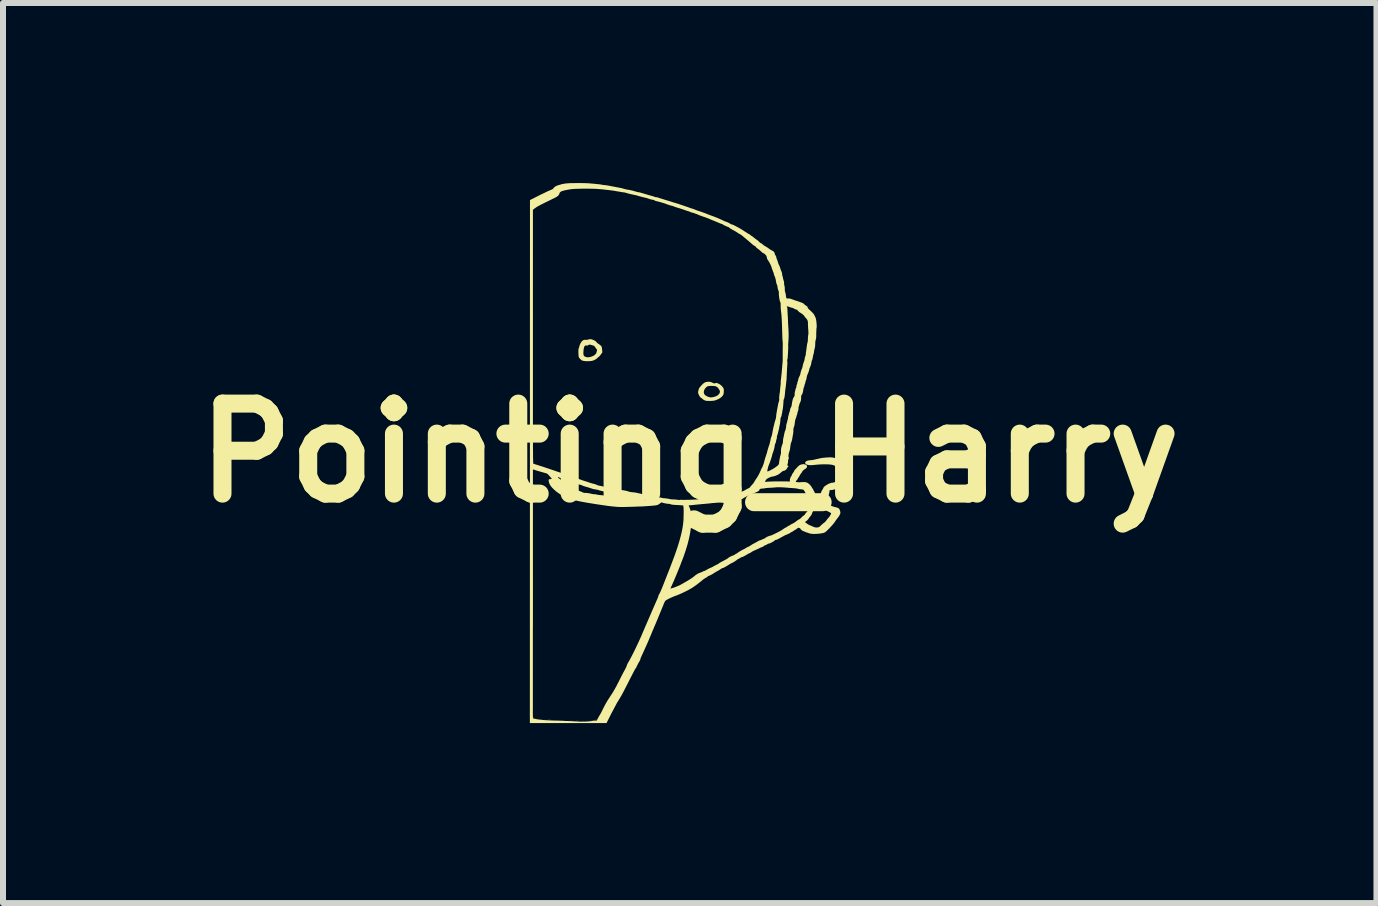
<source format=kicad_pcb>
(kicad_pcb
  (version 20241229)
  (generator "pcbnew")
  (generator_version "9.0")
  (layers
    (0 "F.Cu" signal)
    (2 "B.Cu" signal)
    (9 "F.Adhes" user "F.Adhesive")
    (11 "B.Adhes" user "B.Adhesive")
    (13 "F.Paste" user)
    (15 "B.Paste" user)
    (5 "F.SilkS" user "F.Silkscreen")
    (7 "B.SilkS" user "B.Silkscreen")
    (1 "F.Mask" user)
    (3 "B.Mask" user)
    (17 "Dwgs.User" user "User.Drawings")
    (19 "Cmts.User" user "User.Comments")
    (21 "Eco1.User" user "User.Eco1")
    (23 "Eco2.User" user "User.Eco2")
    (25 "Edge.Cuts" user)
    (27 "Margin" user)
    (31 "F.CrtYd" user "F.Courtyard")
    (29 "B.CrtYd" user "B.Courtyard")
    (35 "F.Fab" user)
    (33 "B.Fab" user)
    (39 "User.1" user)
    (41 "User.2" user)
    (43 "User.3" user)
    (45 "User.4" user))
  (footprint "Pointing_Harry"
    (layer "F.Cu")
    (at 8.443 4.497)
    (property "Reference" "Pointing_Harry" (at 0 0 0) (layer "F.SilkS") (effects (font (size 1.5 1.5) (thickness 0.3))))
    (attr board_only exclude_from_pos_files exclude_from_bom)
    (fp_poly (pts (xy -2.547 4.427) (xy -2.55 4.429) (xy -2.552 4.427) (xy -2.55 4.424)) (stroke (width 0) (type solid)) (fill yes) (layer "F.SilkS"))
    (fp_poly (pts (xy -2.486 4.437) (xy -2.489 4.44) (xy -2.491 4.437) (xy -2.489 4.435)) (stroke (width 0) (type solid)) (fill yes) (layer "F.SilkS"))
    (fp_poly (pts (xy -2.211 4.452) (xy -2.213 4.455) (xy -2.216 4.452) (xy -2.213 4.45)) (stroke (width 0) (type solid)) (fill yes) (layer "F.SilkS"))
    (fp_poly (pts (xy -1.966 4.457) (xy -1.969 4.46) (xy -1.971 4.457) (xy -1.969 4.455)) (stroke (width 0) (type solid)) (fill yes) (layer "F.SilkS"))
    (fp_poly (pts (xy -1.87 4.463) (xy -1.872 4.465) (xy -1.875 4.463) (xy -1.872 4.46)) (stroke (width 0) (type solid)) (fill yes) (layer "F.SilkS"))
    (fp_poly (pts (xy -1.859 4.463) (xy -1.862 4.465) (xy -1.865 4.463) (xy -1.862 4.46)) (stroke (width 0) (type solid)) (fill yes) (layer "F.SilkS"))
    (fp_poly (pts (xy -1.829 4.468) (xy -1.831 4.47) (xy -1.834 4.468) (xy -1.831 4.465)) (stroke (width 0) (type solid)) (fill yes) (layer "F.SilkS"))
    (fp_poly (pts (xy -1.691 4.468) (xy -1.694 4.47) (xy -1.696 4.468) (xy -1.694 4.465)) (stroke (width 0) (type solid)) (fill yes) (layer "F.SilkS"))
    (fp_poly (pts (xy 1.019 0.739) (xy 1.016 0.741) (xy 1.014 0.739) (xy 1.016 0.736)) (stroke (width 0) (type solid)) (fill yes) (layer "F.SilkS"))
    (fp_poly (pts (xy 1.044 0.693) (xy 1.042 0.695) (xy 1.039 0.693) (xy 1.042 0.69)) (stroke (width 0) (type solid)) (fill yes) (layer "F.SilkS"))
    (fp_poly (pts (xy 1.08 0.683) (xy 1.077 0.685) (xy 1.075 0.683) (xy 1.077 0.68)) (stroke (width 0) (type solid)) (fill yes) (layer "F.SilkS"))
    (fp_poly (pts (xy 1.095 0.713) (xy 1.093 0.716) (xy 1.09 0.713) (xy 1.093 0.711)) (stroke (width 0) (type solid)) (fill yes) (layer "F.SilkS"))
    (fp_poly (pts (xy 1.121 0.667) (xy 1.118 0.67) (xy 1.116 0.667) (xy 1.118 0.665)) (stroke (width 0) (type solid)) (fill yes) (layer "F.SilkS"))
    (fp_poly (pts (xy -2.569 4.421) (xy -2.57 4.424) (xy -2.573 4.424) (xy -2.577 4.423) (xy -2.576 4.421) (xy -2.57 4.42)) (stroke (width 0) (type solid)) (fill yes) (layer "F.SilkS"))
    (fp_poly (pts (xy -2.503 4.431) (xy -2.504 4.434) (xy -2.506 4.435) (xy -2.511 4.433) (xy -2.51 4.431) (xy -2.504 4.431)) (stroke (width 0) (type solid)) (fill yes) (layer "F.SilkS"))
    (fp_poly (pts (xy -2.467 4.437) (xy -2.469 4.439) (xy -2.474 4.439) (xy -2.479 4.438) (xy -2.477 4.436) (xy -2.469 4.436)) (stroke (width 0) (type solid)) (fill yes) (layer "F.SilkS"))
    (fp_poly (pts (xy -2.406 4.441) (xy -2.407 4.444) (xy -2.41 4.445) (xy -2.414 4.443) (xy -2.413 4.441) (xy -2.407 4.441)) (stroke (width 0) (type solid)) (fill yes) (layer "F.SilkS"))
    (fp_poly (pts (xy -2.32 4.446) (xy -2.32 4.449) (xy -2.323 4.45) (xy -2.327 4.448) (xy -2.326 4.446) (xy -2.32 4.446)) (stroke (width 0) (type solid)) (fill yes) (layer "F.SilkS"))
    (fp_poly (pts (xy -2.223 4.452) (xy -2.223 4.455) (xy -2.226 4.455) (xy -2.23 4.453) (xy -2.23 4.452) (xy -2.224 4.451)) (stroke (width 0) (type solid)) (fill yes) (layer "F.SilkS"))
    (fp_poly (pts (xy -2.09 4.452) (xy -2.091 4.455) (xy -2.094 4.455) (xy -2.098 4.453) (xy -2.097 4.452) (xy -2.091 4.451)) (stroke (width 0) (type solid)) (fill yes) (layer "F.SilkS"))
    (fp_poly (pts (xy -1.994 4.457) (xy -1.994 4.46) (xy -1.997 4.46) (xy -2.001 4.458) (xy -2 4.457) (xy -1.994 4.456)) (stroke (width 0) (type solid)) (fill yes) (layer "F.SilkS"))
    (fp_poly (pts (xy -1.945 4.457) (xy -1.944 4.459) (xy -1.951 4.459) (xy -1.958 4.458) (xy -1.957 4.457) (xy -1.947 4.456)) (stroke (width 0) (type solid)) (fill yes) (layer "F.SilkS"))
    (fp_poly (pts (xy -1.881 4.462) (xy -1.882 4.465) (xy -1.885 4.465) (xy -1.889 4.463) (xy -1.888 4.462) (xy -1.882 4.461)) (stroke (width 0) (type solid)) (fill yes) (layer "F.SilkS"))
    (fp_poly (pts (xy -1.805 4.467) (xy -1.806 4.47) (xy -1.808 4.47) (xy -1.813 4.468) (xy -1.812 4.467) (xy -1.806 4.466)) (stroke (width 0) (type solid)) (fill yes) (layer "F.SilkS"))
    (fp_poly (pts (xy -1.79 4.467) (xy -1.79 4.47) (xy -1.793 4.47) (xy -1.797 4.468) (xy -1.797 4.467) (xy -1.791 4.466)) (stroke (width 0) (type solid)) (fill yes) (layer "F.SilkS"))
    (fp_poly (pts (xy -1.621 4.457) (xy -1.623 4.459) (xy -1.628 4.46) (xy -1.633 4.458) (xy -1.631 4.457) (xy -1.623 4.456)) (stroke (width 0) (type solid)) (fill yes) (layer "F.SilkS"))
    (fp_poly (pts (xy -1.591 4.452) (xy -1.592 4.454) (xy -1.597 4.455) (xy -1.603 4.453) (xy -1.601 4.451) (xy -1.593 4.451)) (stroke (width 0) (type solid)) (fill yes) (layer "F.SilkS"))
    (fp_poly (pts (xy 1.022 0.707) (xy 1.022 0.71) (xy 1.019 0.711) (xy 1.015 0.709) (xy 1.015 0.707) (xy 1.022 0.707)) (stroke (width 0) (type solid)) (fill yes) (layer "F.SilkS"))
    (fp_poly (pts (xy 1.104 0.702) (xy 1.103 0.705) (xy 1.1 0.706) (xy 1.096 0.704) (xy 1.097 0.702) (xy 1.103 0.702)) (stroke (width 0) (type solid)) (fill yes) (layer "F.SilkS"))
    (fp_poly (pts (xy -2.339 4.446) (xy -2.338 4.448) (xy -2.346 4.448) (xy -2.351 4.449) (xy -2.361 4.448) (xy -2.362 4.447) (xy -2.36 4.446) (xy -2.347 4.445)) (stroke (width 0) (type solid)) (fill yes) (layer "F.SilkS"))
    (fp_poly (pts (xy -2.171 4.451) (xy -2.17 4.453) (xy -2.177 4.454) (xy -2.183 4.454) (xy -2.193 4.453) (xy -2.194 4.452) (xy -2.192 4.451) (xy -2.178 4.451)) (stroke (width 0) (type solid)) (fill yes) (layer "F.SilkS"))
    (fp_poly (pts (xy -2.115 4.451) (xy -2.112 4.452) (xy -2.118 4.453) (xy -2.129 4.453) (xy -2.142 4.453) (xy -2.147 4.452) (xy -2.143 4.451) (xy -2.127 4.45)) (stroke (width 0) (type solid)) (fill yes) (layer "F.SilkS"))
    (fp_poly (pts (xy -1.759 4.467) (xy -1.757 4.468) (xy -1.764 4.469) (xy -1.768 4.469) (xy -1.777 4.469) (xy -1.778 4.467) (xy -1.777 4.467) (xy -1.764 4.466)) (stroke (width 0) (type solid)) (fill yes) (layer "F.SilkS"))
    (fp_poly (pts (xy -1.71 4.467) (xy -1.708 4.468) (xy -1.714 4.469) (xy -1.722 4.469) (xy -1.733 4.468) (xy -1.736 4.467) (xy -1.733 4.467) (xy -1.718 4.466)) (stroke (width 0) (type solid)) (fill yes) (layer "F.SilkS"))
    (fp_poly (pts (xy -1.649 4.462) (xy -1.649 4.463) (xy -1.657 4.464) (xy -1.658 4.464) (xy -1.666 4.463) (xy -1.665 4.462) (xy -1.664 4.462) (xy -1.653 4.461)) (stroke (width 0) (type solid)) (fill yes) (layer "F.SilkS"))
    (fp_poly (pts (xy -1.552 4.446) (xy -1.552 4.448) (xy -1.56 4.449) (xy -1.561 4.449) (xy -1.569 4.448) (xy -1.569 4.447) (xy -1.568 4.446) (xy -1.557 4.446)) (stroke (width 0) (type solid)) (fill yes) (layer "F.SilkS"))
    (fp_poly (pts (xy 0.335 -1.185) (xy 0.354 -1.18) (xy 0.375 -1.172) (xy 0.378 -1.17) (xy 0.395 -1.162) (xy 0.406 -1.158) (xy 0.415 -1.158) (xy 0.424 -1.161) (xy 0.425 -1.162) (xy 0.437 -1.166) (xy 0.447 -1.166) (xy 0.462 -1.161) (xy 0.467 -1.16) (xy 0.496 -1.146) (xy 0.523 -1.126) (xy 0.545 -1.103) (xy 0.556 -1.088) (xy 0.563 -1.075) (xy 0.567 -1.063) (xy 0.568 -1.048) (xy 0.568 -1.027) (xy 0.568 -1.023) (xy 0.566 -0.994) (xy 0.56 -0.972) (xy 0.548 -0.952) (xy 0.53 -0.932) (xy 0.525 -0.928) (xy 0.505 -0.913) (xy 0.479 -0.898) (xy 0.45 -0.885) (xy 0.422 -0.875) (xy 0.42 -0.874) (xy 0.402 -0.871) (xy 0.378 -0.868) (xy 0.351 -0.866) (xy 0.323 -0.866) (xy 0.297 -0.867) (xy 0.276 -0.868) (xy 0.267 -0.87) (xy 0.243 -0.879) (xy 0.222 -0.891) (xy 0.202 -0.908) (xy 0.191 -0.917) (xy 0.181 -0.924) (xy 0.178 -0.925) (xy 0.174 -0.929) (xy 0.167 -0.94) (xy 0.158 -0.956) (xy 0.155 -0.962) (xy 0.146 -0.981) (xy 0.141 -0.994) (xy 0.139 -1.005) (xy 0.14 -1.015) (xy 0.234 -1.015) (xy 0.237 -0.991) (xy 0.247 -0.973) (xy 0.265 -0.956) (xy 0.291 -0.942) (xy 0.293 -0.941) (xy 0.322 -0.93) (xy 0.348 -0.925) (xy 0.376 -0.927) (xy 0.408 -0.934) (xy 0.444 -0.947) (xy 0.472 -0.964) (xy 0.491 -0.985) (xy 0.494 -0.991) (xy 0.502 -1.009) (xy 0.504 -1.024) (xy 0.499 -1.04) (xy 0.495 -1.048) (xy 0.487 -1.062) (xy 0.477 -1.076) (xy 0.467 -1.089) (xy 0.458 -1.096) (xy 0.455 -1.098) (xy 0.449 -1.101) (xy 0.442 -1.107) (xy 0.432 -1.111) (xy 0.414 -1.114) (xy 0.391 -1.116) (xy 0.365 -1.117) (xy 0.34 -1.116) (xy 0.317 -1.114) (xy 0.3 -1.111) (xy 0.293 -1.108) (xy 0.268 -1.088) (xy 0.249 -1.064) (xy 0.238 -1.037) (xy 0.234 -1.015) (xy 0.14 -1.015) (xy 0.14 -1.017) (xy 0.143 -1.032) (xy 0.147 -1.052) (xy 0.152 -1.068) (xy 0.159 -1.082) (xy 0.17 -1.097) (xy 0.186 -1.115) (xy 0.198 -1.129) (xy 0.222 -1.153) (xy 0.243 -1.169) (xy 0.264 -1.179) (xy 0.287 -1.184) (xy 0.312 -1.186)) (stroke (width 0) (type solid)) (fill yes) (layer "F.SilkS"))
    (fp_poly (pts (xy -1.637 -1.893) (xy -1.616 -1.886) (xy -1.597 -1.878) (xy -1.573 -1.865) (xy -1.558 -1.852) (xy -1.556 -1.848) (xy -1.547 -1.838) (xy -1.533 -1.826) (xy -1.516 -1.814) (xy -1.513 -1.812) (xy -1.496 -1.8) (xy -1.481 -1.787) (xy -1.472 -1.777) (xy -1.471 -1.776) (xy -1.467 -1.765) (xy -1.463 -1.747) (xy -1.46 -1.725) (xy -1.46 -1.719) (xy -1.456 -1.676) (xy -1.482 -1.639) (xy -1.495 -1.622) (xy -1.507 -1.609) (xy -1.516 -1.601) (xy -1.518 -1.6) (xy -1.528 -1.593) (xy -1.538 -1.583) (xy -1.539 -1.582) (xy -1.55 -1.571) (xy -1.568 -1.559) (xy -1.589 -1.548) (xy -1.611 -1.539) (xy -1.63 -1.534) (xy -1.66 -1.53) (xy -1.695 -1.528) (xy -1.729 -1.529) (xy -1.747 -1.53) (xy -1.767 -1.533) (xy -1.784 -1.537) (xy -1.794 -1.54) (xy -1.806 -1.548) (xy -1.821 -1.561) (xy -1.835 -1.576) (xy -1.846 -1.59) (xy -1.846 -1.591) (xy -1.85 -1.602) (xy -1.852 -1.62) (xy -1.854 -1.642) (xy -1.855 -1.667) (xy -1.855 -1.678) (xy -1.772 -1.678) (xy -1.772 -1.653) (xy -1.77 -1.634) (xy -1.768 -1.627) (xy -1.756 -1.611) (xy -1.736 -1.6) (xy -1.711 -1.594) (xy -1.682 -1.594) (xy -1.651 -1.6) (xy -1.618 -1.612) (xy -1.617 -1.612) (xy -1.587 -1.63) (xy -1.566 -1.649) (xy -1.554 -1.671) (xy -1.553 -1.676) (xy -1.549 -1.692) (xy -1.546 -1.706) (xy -1.545 -1.718) (xy -1.551 -1.73) (xy -1.555 -1.734) (xy -1.566 -1.747) (xy -1.577 -1.764) (xy -1.579 -1.766) (xy -1.591 -1.782) (xy -1.604 -1.788) (xy -1.619 -1.792) (xy -1.633 -1.796) (xy -1.655 -1.803) (xy -1.671 -1.804) (xy -1.683 -1.801) (xy -1.688 -1.797) (xy -1.701 -1.79) (xy -1.717 -1.789) (xy -1.723 -1.789) (xy -1.737 -1.79) (xy -1.745 -1.787) (xy -1.752 -1.778) (xy -1.756 -1.772) (xy -1.762 -1.755) (xy -1.767 -1.732) (xy -1.77 -1.706) (xy -1.772 -1.678) (xy -1.855 -1.678) (xy -1.855 -1.692) (xy -1.855 -1.714) (xy -1.853 -1.732) (xy -1.85 -1.741) (xy -1.85 -1.742) (xy -1.846 -1.75) (xy -1.842 -1.764) (xy -1.84 -1.775) (xy -1.834 -1.794) (xy -1.825 -1.816) (xy -1.816 -1.834) (xy -1.797 -1.861) (xy -1.776 -1.878) (xy -1.752 -1.885) (xy -1.733 -1.884) (xy -1.706 -1.885) (xy -1.686 -1.89) (xy -1.669 -1.895) (xy -1.653 -1.896)) (stroke (width 0) (type solid)) (fill yes) (layer "F.SilkS"))
    (fp_poly (pts (xy -1.823 -4.497) (xy -1.781 -4.496) (xy -1.744 -4.495) (xy -1.713 -4.494) (xy -1.709 -4.494) (xy -1.676 -4.492) (xy -1.641 -4.489) (xy -1.605 -4.486) (xy -1.569 -4.482) (xy -1.536 -4.479) (xy -1.507 -4.476) (xy -1.484 -4.473) (xy -1.468 -4.47) (xy -1.465 -4.469) (xy -1.446 -4.466) (xy -1.425 -4.463) (xy -1.419 -4.463) (xy -1.401 -4.461) (xy -1.378 -4.458) (xy -1.354 -4.454) (xy -1.35 -4.453) (xy -1.325 -4.448) (xy -1.295 -4.442) (xy -1.265 -4.437) (xy -1.253 -4.434) (xy -1.209 -4.426) (xy -1.173 -4.419) (xy -1.142 -4.413) (xy -1.115 -4.406) (xy -1.09 -4.399) (xy -1.066 -4.393) (xy -1.04 -4.387) (xy -1.019 -4.384) (xy -0.996 -4.38) (xy -0.97 -4.374) (xy -0.948 -4.369) (xy -0.928 -4.363) (xy -0.912 -4.359) (xy -0.901 -4.356) (xy -0.9 -4.356) (xy -0.89 -4.352) (xy -0.886 -4.351) (xy -0.879 -4.348) (xy -0.865 -4.345) (xy -0.86 -4.345) (xy -0.84 -4.342) (xy -0.82 -4.337) (xy -0.815 -4.335) (xy -0.771 -4.323) (xy -0.736 -4.312) (xy -0.708 -4.304) (xy -0.685 -4.297) (xy -0.666 -4.292) (xy -0.65 -4.287) (xy -0.636 -4.284) (xy -0.629 -4.282) (xy -0.61 -4.276) (xy -0.594 -4.271) (xy -0.585 -4.267) (xy -0.584 -4.266) (xy -0.575 -4.263) (xy -0.563 -4.261) (xy -0.562 -4.261) (xy -0.545 -4.26) (xy -0.531 -4.256) (xy -0.518 -4.251) (xy -0.509 -4.248) (xy -0.501 -4.246) (xy -0.486 -4.241) (xy -0.467 -4.235) (xy -0.464 -4.234) (xy -0.438 -4.226) (xy -0.41 -4.217) (xy -0.387 -4.21) (xy -0.364 -4.203) (xy -0.336 -4.195) (xy -0.309 -4.186) (xy -0.303 -4.184) (xy -0.281 -4.177) (xy -0.26 -4.17) (xy -0.244 -4.166) (xy -0.239 -4.165) (xy -0.23 -4.162) (xy -0.212 -4.156) (xy -0.188 -4.149) (xy -0.16 -4.139) (xy -0.129 -4.129) (xy -0.097 -4.118) (xy -0.066 -4.107) (xy -0.037 -4.098) (xy -0.013 -4.089) (xy 0.003 -4.083) (xy 0.023 -4.076) (xy 0.044 -4.07) (xy 0.051 -4.068) (xy 0.07 -4.061) (xy 0.088 -4.054) (xy 0.092 -4.052) (xy 0.104 -4.047) (xy 0.123 -4.04) (xy 0.146 -4.032) (xy 0.163 -4.027) (xy 0.189 -4.018) (xy 0.221 -4.007) (xy 0.254 -3.995) (xy 0.283 -3.984) (xy 0.309 -3.973) (xy 0.333 -3.964) (xy 0.354 -3.956) (xy 0.368 -3.951) (xy 0.369 -3.951) (xy 0.391 -3.943) (xy 0.419 -3.932) (xy 0.45 -3.92) (xy 0.483 -3.906) (xy 0.515 -3.892) (xy 0.543 -3.879) (xy 0.548 -3.876) (xy 0.568 -3.867) (xy 0.585 -3.859) (xy 0.597 -3.855) (xy 0.601 -3.854) (xy 0.61 -3.851) (xy 0.625 -3.845) (xy 0.642 -3.837) (xy 0.659 -3.829) (xy 0.671 -3.821) (xy 0.675 -3.818) (xy 0.687 -3.811) (xy 0.703 -3.807) (xy 0.703 -3.807) (xy 0.715 -3.803) (xy 0.733 -3.796) (xy 0.754 -3.785) (xy 0.769 -3.777) (xy 0.791 -3.765) (xy 0.811 -3.755) (xy 0.826 -3.746) (xy 0.833 -3.743) (xy 0.844 -3.736) (xy 0.861 -3.726) (xy 0.88 -3.714) (xy 0.883 -3.712) (xy 0.903 -3.699) (xy 0.923 -3.686) (xy 0.938 -3.677) (xy 0.939 -3.676) (xy 0.953 -3.667) (xy 0.964 -3.659) (xy 0.967 -3.657) (xy 0.976 -3.651) (xy 0.981 -3.65) (xy 0.988 -3.647) (xy 1 -3.639) (xy 1.009 -3.632) (xy 1.021 -3.622) (xy 1.03 -3.616) (xy 1.034 -3.614) (xy 1.039 -3.611) (xy 1.05 -3.603) (xy 1.064 -3.592) (xy 1.064 -3.591) (xy 1.083 -3.576) (xy 1.105 -3.56) (xy 1.119 -3.55) (xy 1.136 -3.537) (xy 1.151 -3.524) (xy 1.159 -3.515) (xy 1.171 -3.503) (xy 1.182 -3.496) (xy 1.185 -3.495) (xy 1.196 -3.49) (xy 1.21 -3.48) (xy 1.218 -3.472) (xy 1.235 -3.458) (xy 1.256 -3.445) (xy 1.268 -3.438) (xy 1.287 -3.427) (xy 1.306 -3.414) (xy 1.316 -3.407) (xy 1.331 -3.396) (xy 1.351 -3.383) (xy 1.369 -3.374) (xy 1.394 -3.359) (xy 1.409 -3.343) (xy 1.416 -3.324) (xy 1.416 -3.316) (xy 1.419 -3.307) (xy 1.427 -3.295) (xy 1.429 -3.293) (xy 1.437 -3.279) (xy 1.442 -3.265) (xy 1.442 -3.264) (xy 1.444 -3.251) (xy 1.449 -3.234) (xy 1.452 -3.227) (xy 1.46 -3.209) (xy 1.466 -3.192) (xy 1.467 -3.187) (xy 1.476 -3.157) (xy 1.486 -3.132) (xy 1.493 -3.12) (xy 1.5 -3.105) (xy 1.504 -3.092) (xy 1.512 -3.064) (xy 1.524 -3.033) (xy 1.529 -3.023) (xy 1.535 -3.005) (xy 1.539 -2.986) (xy 1.539 -2.985) (xy 1.541 -2.966) (xy 1.545 -2.947) (xy 1.546 -2.944) (xy 1.551 -2.929) (xy 1.554 -2.916) (xy 1.554 -2.914) (xy 1.555 -2.904) (xy 1.56 -2.888) (xy 1.564 -2.876) (xy 1.572 -2.847) (xy 1.572 -2.828) (xy 1.573 -2.805) (xy 1.577 -2.789) (xy 1.582 -2.77) (xy 1.584 -2.743) (xy 1.584 -2.733) (xy 1.585 -2.701) (xy 1.59 -2.679) (xy 1.591 -2.677) (xy 1.596 -2.662) (xy 1.6 -2.642) (xy 1.602 -2.626) (xy 1.605 -2.601) (xy 1.609 -2.586) (xy 1.614 -2.577) (xy 1.621 -2.573) (xy 1.632 -2.573) (xy 1.639 -2.573) (xy 1.657 -2.574) (xy 1.674 -2.571) (xy 1.696 -2.563) (xy 1.697 -2.563) (xy 1.72 -2.555) (xy 1.746 -2.545) (xy 1.765 -2.539) (xy 1.81 -2.524) (xy 1.863 -2.505) (xy 1.881 -2.498) (xy 1.895 -2.49) (xy 1.906 -2.479) (xy 1.917 -2.469) (xy 1.932 -2.457) (xy 1.94 -2.452) (xy 1.955 -2.443) (xy 1.962 -2.435) (xy 1.964 -2.426) (xy 1.966 -2.419) (xy 1.972 -2.409) (xy 1.984 -2.396) (xy 2.003 -2.378) (xy 2.013 -2.369) (xy 2.041 -2.342) (xy 2.061 -2.32) (xy 2.073 -2.302) (xy 2.074 -2.301) (xy 2.083 -2.282) (xy 2.092 -2.263) (xy 2.095 -2.257) (xy 2.101 -2.241) (xy 2.106 -2.218) (xy 2.11 -2.19) (xy 2.113 -2.16) (xy 2.115 -2.13) (xy 2.116 -2.104) (xy 2.114 -2.084) (xy 2.113 -2.081) (xy 2.111 -2.068) (xy 2.11 -2.047) (xy 2.109 -2.02) (xy 2.108 -1.992) (xy 2.108 -1.982) (xy 2.108 -1.949) (xy 2.107 -1.924) (xy 2.105 -1.906) (xy 2.102 -1.894) (xy 2.1 -1.887) (xy 2.095 -1.869) (xy 2.092 -1.842) (xy 2.091 -1.816) (xy 2.09 -1.787) (xy 2.087 -1.762) (xy 2.083 -1.743) (xy 2.082 -1.74) (xy 2.077 -1.722) (xy 2.073 -1.699) (xy 2.071 -1.684) (xy 2.068 -1.665) (xy 2.064 -1.649) (xy 2.061 -1.64) (xy 2.057 -1.63) (xy 2.054 -1.613) (xy 2.052 -1.599) (xy 2.048 -1.578) (xy 2.043 -1.557) (xy 2.038 -1.547) (xy 2.032 -1.531) (xy 2.028 -1.515) (xy 2.028 -1.51) (xy 2.025 -1.493) (xy 2.02 -1.47) (xy 2.012 -1.447) (xy 2.004 -1.427) (xy 2.004 -1.426) (xy 1.997 -1.411) (xy 1.992 -1.393) (xy 1.992 -1.391) (xy 1.984 -1.361) (xy 1.972 -1.328) (xy 1.961 -1.304) (xy 1.955 -1.287) (xy 1.95 -1.266) (xy 1.948 -1.255) (xy 1.945 -1.235) (xy 1.939 -1.215) (xy 1.936 -1.207) (xy 1.929 -1.19) (xy 1.926 -1.174) (xy 1.926 -1.172) (xy 1.923 -1.157) (xy 1.918 -1.146) (xy 1.913 -1.133) (xy 1.911 -1.121) (xy 1.908 -1.106) (xy 1.903 -1.095) (xy 1.898 -1.084) (xy 1.894 -1.068) (xy 1.894 -1.062) (xy 1.888 -1.025) (xy 1.881 -0.998) (xy 1.874 -0.979) (xy 1.869 -0.972) (xy 1.863 -0.965) (xy 1.859 -0.955) (xy 1.857 -0.941) (xy 1.856 -0.919) (xy 1.856 -0.917) (xy 1.855 -0.892) (xy 1.852 -0.873) (xy 1.846 -0.855) (xy 1.839 -0.84) (xy 1.832 -0.823) (xy 1.826 -0.808) (xy 1.824 -0.799) (xy 1.824 -0.799) (xy 1.821 -0.788) (xy 1.817 -0.776) (xy 1.812 -0.758) (xy 1.812 -0.742) (xy 1.811 -0.72) (xy 1.804 -0.698) (xy 1.798 -0.681) (xy 1.794 -0.666) (xy 1.793 -0.66) (xy 1.791 -0.646) (xy 1.786 -0.632) (xy 1.78 -0.619) (xy 1.778 -0.607) (xy 1.776 -0.596) (xy 1.77 -0.581) (xy 1.768 -0.576) (xy 1.763 -0.564) (xy 1.759 -0.552) (xy 1.756 -0.537) (xy 1.753 -0.517) (xy 1.749 -0.489) (xy 1.748 -0.48) (xy 1.745 -0.462) (xy 1.742 -0.447) (xy 1.739 -0.44) (xy 1.734 -0.429) (xy 1.73 -0.411) (xy 1.727 -0.39) (xy 1.727 -0.367) (xy 1.727 -0.364) (xy 1.726 -0.345) (xy 1.723 -0.323) (xy 1.722 -0.313) (xy 1.718 -0.295) (xy 1.714 -0.27) (xy 1.71 -0.246) (xy 1.709 -0.241) (xy 1.705 -0.218) (xy 1.699 -0.198) (xy 1.694 -0.182) (xy 1.692 -0.179) (xy 1.686 -0.164) (xy 1.681 -0.138) (xy 1.676 -0.104) (xy 1.671 -0.064) (xy 1.663 -0.032) (xy 1.658 -0.017) (xy 1.653 -0.001) (xy 1.649 0.017) (xy 1.646 0.037) (xy 1.645 0.054) (xy 1.645 0.068) (xy 1.647 0.076) (xy 1.651 0.076) (xy 1.654 0.075) (xy 1.655 0.077) (xy 1.652 0.086) (xy 1.645 0.102) (xy 1.645 0.103) (xy 1.638 0.128) (xy 1.638 0.143) (xy 1.637 0.162) (xy 1.632 0.18) (xy 1.627 0.199) (xy 1.629 0.211) (xy 1.638 0.216) (xy 1.641 0.217) (xy 1.65 0.217) (xy 1.648 0.22) (xy 1.643 0.224) (xy 1.635 0.233) (xy 1.627 0.247) (xy 1.625 0.251) (xy 1.614 0.269) (xy 1.598 0.284) (xy 1.581 0.295) (xy 1.568 0.298) (xy 1.558 0.3) (xy 1.546 0.306) (xy 1.531 0.317) (xy 1.511 0.334) (xy 1.503 0.341) (xy 1.485 0.354) (xy 1.461 0.367) (xy 1.434 0.379) (xy 1.406 0.388) (xy 1.382 0.394) (xy 1.37 0.395) (xy 1.36 0.397) (xy 1.344 0.403) (xy 1.325 0.411) (xy 1.317 0.415) (xy 1.296 0.426) (xy 1.283 0.435) (xy 1.274 0.444) (xy 1.267 0.454) (xy 1.265 0.459) (xy 1.253 0.483) (xy 1.298 0.479) (xy 1.316 0.478) (xy 1.341 0.477) (xy 1.371 0.476) (xy 1.406 0.475) (xy 1.443 0.474) (xy 1.481 0.474) (xy 1.518 0.474) (xy 1.553 0.474) (xy 1.584 0.474) (xy 1.61 0.475) (xy 1.628 0.475) (xy 1.638 0.476) (xy 1.656 0.478) (xy 1.666 0.476) (xy 1.669 0.467) (xy 1.668 0.459) (xy 1.669 0.444) (xy 1.673 0.425) (xy 1.681 0.405) (xy 1.691 0.388) (xy 1.694 0.385) (xy 1.7 0.374) (xy 1.703 0.363) (xy 1.709 0.35) (xy 1.719 0.336) (xy 1.722 0.332) (xy 1.732 0.318) (xy 1.739 0.305) (xy 1.74 0.302) (xy 1.746 0.29) (xy 1.756 0.277) (xy 1.758 0.275) (xy 1.774 0.259) (xy 1.786 0.246) (xy 1.798 0.232) (xy 1.802 0.228) (xy 1.824 0.208) (xy 1.853 0.194) (xy 1.881 0.188) (xy 1.906 0.188) (xy 1.928 0.193) (xy 1.943 0.203) (xy 1.953 0.216) (xy 1.955 0.23) (xy 1.95 0.245) (xy 1.935 0.259) (xy 1.932 0.261) (xy 1.914 0.273) (xy 1.897 0.286) (xy 1.884 0.298) (xy 1.876 0.308) (xy 1.875 0.311) (xy 1.872 0.319) (xy 1.863 0.331) (xy 1.858 0.337) (xy 1.845 0.354) (xy 1.834 0.373) (xy 1.832 0.378) (xy 1.824 0.393) (xy 1.815 0.405) (xy 1.813 0.408) (xy 1.806 0.417) (xy 1.803 0.423) (xy 1.8 0.431) (xy 1.793 0.443) (xy 1.789 0.447) (xy 1.776 0.463) (xy 1.768 0.473) (xy 1.766 0.479) (xy 1.769 0.482) (xy 1.778 0.485) (xy 1.781 0.486) (xy 1.796 0.488) (xy 1.819 0.489) (xy 1.847 0.488) (xy 1.859 0.487) (xy 1.885 0.486) (xy 1.908 0.486) (xy 1.927 0.487) (xy 1.936 0.488) (xy 1.967 0.501) (xy 1.996 0.524) (xy 2.019 0.55) (xy 2.034 0.573) (xy 2.051 0.6) (xy 2.066 0.628) (xy 2.08 0.655) (xy 2.09 0.679) (xy 2.096 0.698) (xy 2.097 0.702) (xy 2.1 0.719) (xy 2.106 0.74) (xy 2.11 0.754) (xy 2.116 0.779) (xy 2.12 0.805) (xy 2.12 0.83) (xy 2.117 0.85) (xy 2.113 0.859) (xy 2.107 0.872) (xy 2.101 0.888) (xy 2.099 0.894) (xy 2.094 0.91) (xy 2.087 0.924) (xy 2.077 0.94) (xy 2.062 0.961) (xy 2.06 0.963) (xy 2.049 0.981) (xy 2.04 1.002) (xy 2.038 1.008) (xy 2.027 1.035) (xy 2.01 1.056) (xy 1.997 1.072) (xy 1.985 1.087) (xy 1.98 1.097) (xy 1.971 1.109) (xy 1.957 1.123) (xy 1.946 1.132) (xy 1.929 1.145) (xy 1.921 1.154) (xy 1.922 1.158) (xy 1.926 1.159) (xy 1.933 1.162) (xy 1.944 1.17) (xy 1.951 1.176) (xy 1.967 1.188) (xy 1.987 1.199) (xy 2 1.205) (xy 2.018 1.212) (xy 2.033 1.218) (xy 2.04 1.222) (xy 2.073 1.237) (xy 2.106 1.243) (xy 2.125 1.242) (xy 2.141 1.24) (xy 2.152 1.237) (xy 2.163 1.23) (xy 2.176 1.219) (xy 2.184 1.21) (xy 2.202 1.193) (xy 2.221 1.177) (xy 2.237 1.165) (xy 2.237 1.165) (xy 2.253 1.152) (xy 2.267 1.137) (xy 2.272 1.13) (xy 2.282 1.116) (xy 2.296 1.099) (xy 2.309 1.085) (xy 2.324 1.067) (xy 2.338 1.047) (xy 2.346 1.032) (xy 2.358 1.006) (xy 2.34 0.994) (xy 2.326 0.986) (xy 2.307 0.976) (xy 2.285 0.967) (xy 2.281 0.965) (xy 2.255 0.953) (xy 2.235 0.939) (xy 2.221 0.926) (xy 2.216 0.913) (xy 2.216 0.912) (xy 2.213 0.905) (xy 2.204 0.895) (xy 2.2 0.891) (xy 2.18 0.866) (xy 2.167 0.836) (xy 2.161 0.799) (xy 2.161 0.782) (xy 2.161 0.758) (xy 2.164 0.737) (xy 2.167 0.722) (xy 2.167 0.721) (xy 2.172 0.707) (xy 2.179 0.687) (xy 2.186 0.666) (xy 2.186 0.666) (xy 2.193 0.645) (xy 2.203 0.625) (xy 2.212 0.61) (xy 2.212 0.61) (xy 2.22 0.598) (xy 2.226 0.588) (xy 2.226 0.586) (xy 2.231 0.574) (xy 2.245 0.559) (xy 2.267 0.542) (xy 2.282 0.533) (xy 2.316 0.514) (xy 2.344 0.503) (xy 2.368 0.497) (xy 2.376 0.497) (xy 2.39 0.495) (xy 2.408 0.49) (xy 2.419 0.486) (xy 2.436 0.481) (xy 2.451 0.477) (xy 2.458 0.476) (xy 2.47 0.472) (xy 2.481 0.46) (xy 2.489 0.444) (xy 2.491 0.428) (xy 2.493 0.413) (xy 2.499 0.396) (xy 2.501 0.392) (xy 2.504 0.382) (xy 2.507 0.372) (xy 2.508 0.358) (xy 2.508 0.339) (xy 2.506 0.313) (xy 2.506 0.309) (xy 2.504 0.281) (xy 2.502 0.262) (xy 2.5 0.25) (xy 2.497 0.242) (xy 2.493 0.238) (xy 2.48 0.232) (xy 2.462 0.226) (xy 2.444 0.222) (xy 2.438 0.222) (xy 2.427 0.219) (xy 2.414 0.213) (xy 2.413 0.212) (xy 2.399 0.206) (xy 2.38 0.2) (xy 2.361 0.196) (xy 2.338 0.193) (xy 2.308 0.191) (xy 2.271 0.19) (xy 2.232 0.19) (xy 2.192 0.191) (xy 2.152 0.193) (xy 2.117 0.196) (xy 2.114 0.196) (xy 2.076 0.2) (xy 2.046 0.203) (xy 2.022 0.204) (xy 2.003 0.204) (xy 1.987 0.203) (xy 1.972 0.2) (xy 1.969 0.2) (xy 1.949 0.194) (xy 1.935 0.187) (xy 1.929 0.18) (xy 1.923 0.17) (xy 1.922 0.162) (xy 1.927 0.153) (xy 1.939 0.14) (xy 1.956 0.131) (xy 1.98 0.125) (xy 1.999 0.123) (xy 2.019 0.12) (xy 2.037 0.119) (xy 2.048 0.117) (xy 2.059 0.116) (xy 2.077 0.112) (xy 2.096 0.107) (xy 2.133 0.099) (xy 2.163 0.092) (xy 2.187 0.087) (xy 2.209 0.083) (xy 2.232 0.081) (xy 2.257 0.078) (xy 2.287 0.076) (xy 2.29 0.076) (xy 2.308 0.075) (xy 2.323 0.074) (xy 2.331 0.073) (xy 2.331 0.073) (xy 2.351 0.073) (xy 2.378 0.076) (xy 2.409 0.082) (xy 2.439 0.089) (xy 2.457 0.094) (xy 2.478 0.1) (xy 2.495 0.106) (xy 2.506 0.109) (xy 2.509 0.11) (xy 2.513 0.113) (xy 2.523 0.122) (xy 2.536 0.134) (xy 2.541 0.139) (xy 2.563 0.159) (xy 2.583 0.171) (xy 2.592 0.175) (xy 2.619 0.188) (xy 2.64 0.207) (xy 2.647 0.218) (xy 2.653 0.236) (xy 2.656 0.26) (xy 2.656 0.288) (xy 2.654 0.316) (xy 2.65 0.336) (xy 2.645 0.36) (xy 2.641 0.385) (xy 2.639 0.397) (xy 2.635 0.418) (xy 2.63 0.438) (xy 2.627 0.448) (xy 2.622 0.462) (xy 2.621 0.474) (xy 2.621 0.477) (xy 2.622 0.496) (xy 2.615 0.516) (xy 2.603 0.537) (xy 2.585 0.555) (xy 2.565 0.568) (xy 2.552 0.573) (xy 2.534 0.578) (xy 2.513 0.584) (xy 2.498 0.589) (xy 2.476 0.595) (xy 2.452 0.6) (xy 2.439 0.602) (xy 2.421 0.605) (xy 2.404 0.61) (xy 2.398 0.612) (xy 2.385 0.616) (xy 2.367 0.618) (xy 2.356 0.619) (xy 2.339 0.619) (xy 2.331 0.621) (xy 2.329 0.625) (xy 2.33 0.626) (xy 2.33 0.634) (xy 2.328 0.649) (xy 2.324 0.669) (xy 2.32 0.682) (xy 2.314 0.709) (xy 2.31 0.733) (xy 2.308 0.757) (xy 2.309 0.784) (xy 2.31 0.817) (xy 2.311 0.821) (xy 2.314 0.863) (xy 2.357 0.881) (xy 2.38 0.89) (xy 2.403 0.898) (xy 2.422 0.903) (xy 2.427 0.904) (xy 2.456 0.911) (xy 2.477 0.92) (xy 2.492 0.934) (xy 2.501 0.953) (xy 2.507 0.973) (xy 2.51 0.992) (xy 2.51 1.004) (xy 2.508 1.014) (xy 2.505 1.019) (xy 2.497 1.035) (xy 2.489 1.05) (xy 2.481 1.063) (xy 2.469 1.079) (xy 2.461 1.088) (xy 2.448 1.106) (xy 2.433 1.126) (xy 2.425 1.138) (xy 2.412 1.158) (xy 2.394 1.181) (xy 2.372 1.207) (xy 2.348 1.233) (xy 2.323 1.26) (xy 2.299 1.283) (xy 2.278 1.304) (xy 2.259 1.319) (xy 2.248 1.326) (xy 2.231 1.333) (xy 2.206 1.338) (xy 2.172 1.343) (xy 2.161 1.345) (xy 2.108 1.349) (xy 2.062 1.35) (xy 2.024 1.347) (xy 1.995 1.341) (xy 1.987 1.338) (xy 1.972 1.332) (xy 1.96 1.328) (xy 1.956 1.327) (xy 1.946 1.325) (xy 1.935 1.32) (xy 1.922 1.314) (xy 1.905 1.308) (xy 1.896 1.304) (xy 1.879 1.297) (xy 1.864 1.286) (xy 1.851 1.274) (xy 1.845 1.264) (xy 1.844 1.261) (xy 1.84 1.258) (xy 1.829 1.252) (xy 1.826 1.251) (xy 1.814 1.248) (xy 1.806 1.248) (xy 1.796 1.254) (xy 1.789 1.26) (xy 1.773 1.272) (xy 1.757 1.283) (xy 1.752 1.285) (xy 1.736 1.294) (xy 1.721 1.305) (xy 1.72 1.305) (xy 1.709 1.313) (xy 1.701 1.317) (xy 1.7 1.317) (xy 1.693 1.32) (xy 1.682 1.327) (xy 1.677 1.33) (xy 1.664 1.339) (xy 1.645 1.348) (xy 1.624 1.357) (xy 1.621 1.359) (xy 1.601 1.367) (xy 1.583 1.375) (xy 1.57 1.381) (xy 1.569 1.382) (xy 1.562 1.386) (xy 1.554 1.391) (xy 1.543 1.397) (xy 1.526 1.406) (xy 1.504 1.418) (xy 1.478 1.432) (xy 1.46 1.441) (xy 1.445 1.447) (xy 1.435 1.449) (xy 1.435 1.449) (xy 1.423 1.453) (xy 1.412 1.462) (xy 1.411 1.462) (xy 1.4 1.472) (xy 1.383 1.482) (xy 1.363 1.493) (xy 1.344 1.502) (xy 1.328 1.509) (xy 1.319 1.51) (xy 1.308 1.513) (xy 1.295 1.52) (xy 1.29 1.523) (xy 1.277 1.531) (xy 1.266 1.536) (xy 1.263 1.536) (xy 1.254 1.539) (xy 1.242 1.547) (xy 1.235 1.551) (xy 1.223 1.56) (xy 1.213 1.566) (xy 1.21 1.566) (xy 1.203 1.569) (xy 1.189 1.574) (xy 1.17 1.583) (xy 1.148 1.594) (xy 1.148 1.594) (xy 1.124 1.605) (xy 1.102 1.615) (xy 1.084 1.623) (xy 1.073 1.627) (xy 1.057 1.635) (xy 1.039 1.645) (xy 1.031 1.651) (xy 1.016 1.661) (xy 1.002 1.668) (xy 0.997 1.67) (xy 0.986 1.675) (xy 0.97 1.683) (xy 0.954 1.693) (xy 0.934 1.705) (xy 0.912 1.717) (xy 0.891 1.728) (xy 0.873 1.735) (xy 0.861 1.739) (xy 0.859 1.74) (xy 0.85 1.743) (xy 0.839 1.75) (xy 0.836 1.752) (xy 0.825 1.761) (xy 0.815 1.765) (xy 0.813 1.765) (xy 0.805 1.768) (xy 0.793 1.776) (xy 0.789 1.78) (xy 0.772 1.793) (xy 0.753 1.806) (xy 0.732 1.819) (xy 0.714 1.829) (xy 0.703 1.834) (xy 0.693 1.838) (xy 0.678 1.847) (xy 0.659 1.858) (xy 0.648 1.865) (xy 0.618 1.884) (xy 0.591 1.899) (xy 0.57 1.911) (xy 0.554 1.917) (xy 0.548 1.918) (xy 0.54 1.921) (xy 0.527 1.928) (xy 0.512 1.938) (xy 0.511 1.939) (xy 0.491 1.952) (xy 0.47 1.964) (xy 0.456 1.972) (xy 0.437 1.982) (xy 0.416 1.995) (xy 0.405 2.002) (xy 0.39 2.012) (xy 0.371 2.023) (xy 0.351 2.034) (xy 0.333 2.042) (xy 0.319 2.049) (xy 0.312 2.05) (xy 0.305 2.054) (xy 0.298 2.061) (xy 0.287 2.07) (xy 0.271 2.079) (xy 0.267 2.081) (xy 0.254 2.089) (xy 0.237 2.1) (xy 0.217 2.115) (xy 0.209 2.122) (xy 0.163 2.159) (xy 0.119 2.193) (xy 0.079 2.222) (xy 0.044 2.246) (xy 0.029 2.255) (xy -0.004 2.274) (xy -0.043 2.295) (xy -0.086 2.316) (xy -0.13 2.337) (xy -0.173 2.356) (xy -0.212 2.372) (xy -0.237 2.381) (xy -0.266 2.392) (xy -0.298 2.406) (xy -0.329 2.42) (xy -0.358 2.434) (xy -0.382 2.448) (xy -0.4 2.459) (xy -0.406 2.464) (xy -0.413 2.474) (xy -0.422 2.49) (xy -0.428 2.506) (xy -0.434 2.519) (xy -0.442 2.541) (xy -0.454 2.569) (xy -0.468 2.603) (xy -0.483 2.641) (xy -0.5 2.681) (xy -0.517 2.722) (xy -0.534 2.764) (xy -0.551 2.804) (xy -0.566 2.841) (xy -0.58 2.873) (xy -0.586 2.886) (xy -0.599 2.918) (xy -0.615 2.955) (xy -0.631 2.993) (xy -0.644 3.026) (xy -0.644 3.026) (xy -0.666 3.077) (xy -0.684 3.121) (xy -0.701 3.16) (xy -0.717 3.196) (xy -0.717 3.197) (xy -0.729 3.223) (xy -0.744 3.255) (xy -0.759 3.29) (xy -0.775 3.324) (xy -0.789 3.355) (xy -0.801 3.38) (xy -0.803 3.385) (xy -0.812 3.405) (xy -0.819 3.423) (xy -0.822 3.436) (xy -0.823 3.438) (xy -0.827 3.452) (xy -0.834 3.466) (xy -0.835 3.467) (xy -0.841 3.477) (xy -0.85 3.493) (xy -0.861 3.512) (xy -0.871 3.533) (xy -0.881 3.552) (xy -0.888 3.567) (xy -0.891 3.576) (xy -0.891 3.578) (xy -0.896 3.584) (xy -0.899 3.586) (xy -0.903 3.591) (xy -0.91 3.604) (xy -0.922 3.624) (xy -0.936 3.651) (xy -0.953 3.684) (xy -0.972 3.721) (xy -0.993 3.761) (xy -1.013 3.801) (xy -1.036 3.847) (xy -1.059 3.891) (xy -1.081 3.934) (xy -1.101 3.973) (xy -1.119 4.007) (xy -1.135 4.036) (xy -1.147 4.057) (xy -1.153 4.068) (xy -1.168 4.093) (xy -1.183 4.118) (xy -1.197 4.141) (xy -1.206 4.154) (xy -1.214 4.168) (xy -1.225 4.189) (xy -1.24 4.217) (xy -1.258 4.251) (xy -1.278 4.289) (xy -1.3 4.33) (xy -1.322 4.373) (xy -1.344 4.417) (xy -1.366 4.461) (xy -1.369 4.466) (xy -1.386 4.501) (xy -2.025 4.501) (xy -2.664 4.501) (xy -2.664 4.32) (xy -2.615 4.32) (xy -2.614 4.35) (xy -2.614 4.372) (xy -2.614 4.389) (xy -2.613 4.4) (xy -2.611 4.407) (xy -2.61 4.411) (xy -2.607 4.414) (xy -2.605 4.415) (xy -2.598 4.418) (xy -2.601 4.419) (xy -2.605 4.419) (xy -2.614 4.42) (xy -2.613 4.423) (xy -2.604 4.426) (xy -2.588 4.43) (xy -2.567 4.434) (xy -2.555 4.436) (xy -2.529 4.44) (xy -2.503 4.444) (xy -2.477 4.447) (xy -2.45 4.449) (xy -2.419 4.452) (xy -2.384 4.454) (xy -2.345 4.456) (xy -2.298 4.458) (xy -2.245 4.46) (xy -2.183 4.462) (xy -2.156 4.463) (xy -2.105 4.465) (xy -2.057 4.467) (xy -2.011 4.468) (xy -1.97 4.47) (xy -1.934 4.472) (xy -1.905 4.473) (xy -1.883 4.474) (xy -1.872 4.475) (xy -1.845 4.477) (xy -1.811 4.478) (xy -1.773 4.478) (xy -1.735 4.477) (xy -1.698 4.475) (xy -1.665 4.472) (xy -1.64 4.469) (xy -1.635 4.468) (xy -1.613 4.464) (xy -1.59 4.461) (xy -1.573 4.46) (xy -1.549 4.46) (xy -1.532 4.425) (xy -1.52 4.404) (xy -1.508 4.382) (xy -1.498 4.366) (xy -1.49 4.353) (xy -1.479 4.333) (xy -1.466 4.308) (xy -1.453 4.281) (xy -1.449 4.273) (xy -1.433 4.24) (xy -1.417 4.21) (xy -1.401 4.18) (xy -1.383 4.149) (xy -1.362 4.114) (xy -1.336 4.075) (xy -1.317 4.045) (xy -1.295 4.012) (xy -1.276 3.981) (xy -1.259 3.952) (xy -1.241 3.921) (xy -1.223 3.888) (xy -1.204 3.85) (xy -1.181 3.806) (xy -1.164 3.772) (xy -1.147 3.738) (xy -1.129 3.703) (xy -1.112 3.67) (xy -1.096 3.641) (xy -1.084 3.618) (xy -1.08 3.612) (xy -1.069 3.59) (xy -1.059 3.57) (xy -1.052 3.554) (xy -1.05 3.546) (xy -1.047 3.536) (xy -1.04 3.52) (xy -1.03 3.499) (xy -1.018 3.48) (xy -1.001 3.449) (xy -0.98 3.411) (xy -0.957 3.366) (xy -0.932 3.317) (xy -0.906 3.264) (xy -0.88 3.209) (xy -0.854 3.154) (xy -0.83 3.102) (xy -0.825 3.091) (xy -0.817 3.072) (xy -0.805 3.045) (xy -0.791 3.011) (xy -0.774 2.972) (xy -0.755 2.928) (xy -0.735 2.881) (xy -0.713 2.831) (xy -0.693 2.784) (xy -0.67 2.732) (xy -0.648 2.681) (xy -0.628 2.633) (xy -0.608 2.588) (xy -0.591 2.548) (xy -0.575 2.513) (xy -0.563 2.485) (xy -0.554 2.464) (xy -0.549 2.453) (xy -0.539 2.43) (xy -0.53 2.409) (xy -0.524 2.391) (xy -0.523 2.384) (xy -0.517 2.367) (xy -0.509 2.353) (xy -0.508 2.351) (xy -0.504 2.346) (xy -0.5 2.337) (xy -0.494 2.325) (xy -0.486 2.307) (xy -0.476 2.285) (xy -0.465 2.257) (xy -0.321 2.257) (xy -0.319 2.259) (xy -0.312 2.258) (xy -0.3 2.255) (xy -0.28 2.249) (xy -0.256 2.241) (xy -0.23 2.231) (xy -0.205 2.221) (xy -0.179 2.21) (xy -0.151 2.196) (xy -0.119 2.178) (xy -0.081 2.156) (xy -0.072 2.151) (xy -0.032 2.128) (xy 0.003 2.106) (xy 0.034 2.086) (xy 0.059 2.068) (xy 0.076 2.054) (xy 0.079 2.052) (xy 0.099 2.035) (xy 0.125 2.018) (xy 0.151 2.004) (xy 0.17 1.997) (xy 0.189 1.99) (xy 0.209 1.981) (xy 0.212 1.98) (xy 0.225 1.973) (xy 0.236 1.969) (xy 0.238 1.969) (xy 0.245 1.967) (xy 0.259 1.96) (xy 0.277 1.951) (xy 0.286 1.945) (xy 0.308 1.933) (xy 0.33 1.922) (xy 0.349 1.914) (xy 0.353 1.912) (xy 0.371 1.904) (xy 0.387 1.896) (xy 0.393 1.892) (xy 0.405 1.885) (xy 0.422 1.876) (xy 0.441 1.866) (xy 0.442 1.866) (xy 0.461 1.857) (xy 0.478 1.847) (xy 0.489 1.839) (xy 0.489 1.839) (xy 0.498 1.832) (xy 0.515 1.822) (xy 0.536 1.811) (xy 0.56 1.798) (xy 0.565 1.796) (xy 0.589 1.783) (xy 0.61 1.772) (xy 0.626 1.762) (xy 0.635 1.756) (xy 0.636 1.755) (xy 0.643 1.748) (xy 0.658 1.739) (xy 0.675 1.729) (xy 0.694 1.72) (xy 0.71 1.712) (xy 0.722 1.709) (xy 0.723 1.709) (xy 0.732 1.706) (xy 0.744 1.699) (xy 0.751 1.694) (xy 0.764 1.685) (xy 0.773 1.679) (xy 0.776 1.679) (xy 0.783 1.676) (xy 0.793 1.669) (xy 0.794 1.668) (xy 0.818 1.651) (xy 0.846 1.633) (xy 0.873 1.618) (xy 0.888 1.611) (xy 0.908 1.601) (xy 0.93 1.589) (xy 0.939 1.583) (xy 0.955 1.573) (xy 0.97 1.566) (xy 0.977 1.563) (xy 0.989 1.558) (xy 1.004 1.549) (xy 1.013 1.543) (xy 1.027 1.534) (xy 1.047 1.521) (xy 1.07 1.509) (xy 1.085 1.5) (xy 1.106 1.49) (xy 1.123 1.48) (xy 1.134 1.473) (xy 1.139 1.47) (xy 1.145 1.466) (xy 1.158 1.461) (xy 1.163 1.459) (xy 1.181 1.454) (xy 1.201 1.445) (xy 1.21 1.441) (xy 1.225 1.434) (xy 1.236 1.43) (xy 1.241 1.429) (xy 1.249 1.425) (xy 1.254 1.42) (xy 1.263 1.413) (xy 1.279 1.404) (xy 1.298 1.394) (xy 1.318 1.386) (xy 1.335 1.38) (xy 1.345 1.378) (xy 1.354 1.376) (xy 1.371 1.369) (xy 1.393 1.359) (xy 1.419 1.347) (xy 1.446 1.333) (xy 1.474 1.319) (xy 1.501 1.305) (xy 1.523 1.292) (xy 1.541 1.281) (xy 1.551 1.274) (xy 1.568 1.262) (xy 1.585 1.251) (xy 1.593 1.247) (xy 1.61 1.239) (xy 1.625 1.228) (xy 1.627 1.227) (xy 1.638 1.219) (xy 1.647 1.215) (xy 1.648 1.215) (xy 1.656 1.212) (xy 1.668 1.204) (xy 1.669 1.203) (xy 1.682 1.194) (xy 1.699 1.185) (xy 1.714 1.178) (xy 1.733 1.168) (xy 1.751 1.157) (xy 1.76 1.15) (xy 1.782 1.133) (xy 1.798 1.121) (xy 1.811 1.113) (xy 1.824 1.107) (xy 1.824 1.107) (xy 1.838 1.098) (xy 1.853 1.085) (xy 1.862 1.076) (xy 1.876 1.061) (xy 1.891 1.049) (xy 1.899 1.044) (xy 1.914 1.032) (xy 1.922 1.019) (xy 1.931 1.005) (xy 1.944 0.991) (xy 1.947 0.988) (xy 1.959 0.975) (xy 1.967 0.962) (xy 1.969 0.958) (xy 1.974 0.944) (xy 1.983 0.928) (xy 1.986 0.925) (xy 1.993 0.915) (xy 1.997 0.905) (xy 1.998 0.892) (xy 1.998 0.873) (xy 1.998 0.867) (xy 1.997 0.845) (xy 1.995 0.825) (xy 1.992 0.812) (xy 1.992 0.81) (xy 1.986 0.796) (xy 1.982 0.785) (xy 1.978 0.774) (xy 1.973 0.758) (xy 1.969 0.746) (xy 1.961 0.727) (xy 1.95 0.704) (xy 1.94 0.687) (xy 1.931 0.672) (xy 1.924 0.659) (xy 1.921 0.653) (xy 1.921 0.653) (xy 1.918 0.647) (xy 1.911 0.636) (xy 1.907 0.629) (xy 1.9 0.619) (xy 1.894 0.613) (xy 1.885 0.61) (xy 1.87 0.608) (xy 1.855 0.606) (xy 1.834 0.604) (xy 1.815 0.601) (xy 1.801 0.598) (xy 1.801 0.597) (xy 1.789 0.594) (xy 1.77 0.591) (xy 1.748 0.589) (xy 1.74 0.588) (xy 1.712 0.586) (xy 1.682 0.584) (xy 1.656 0.582) (xy 1.653 0.582) (xy 1.598 0.577) (xy 1.552 0.574) (xy 1.514 0.572) (xy 1.483 0.572) (xy 1.459 0.572) (xy 1.44 0.573) (xy 1.432 0.574) (xy 1.413 0.576) (xy 1.387 0.578) (xy 1.359 0.58) (xy 1.337 0.581) (xy 1.311 0.582) (xy 1.288 0.584) (xy 1.269 0.586) (xy 1.258 0.588) (xy 1.242 0.591) (xy 1.222 0.593) (xy 1.214 0.593) (xy 1.188 0.596) (xy 1.17 0.602) (xy 1.161 0.614) (xy 1.16 0.618) (xy 1.155 0.628) (xy 1.143 0.637) (xy 1.124 0.648) (xy 1.097 0.66) (xy 1.061 0.674) (xy 1.057 0.675) (xy 1.032 0.685) (xy 1.003 0.698) (xy 0.973 0.712) (xy 0.943 0.727) (xy 0.917 0.741) (xy 0.896 0.754) (xy 0.889 0.759) (xy 0.875 0.766) (xy 0.856 0.773) (xy 0.84 0.777) (xy 0.822 0.781) (xy 0.806 0.785) (xy 0.798 0.788) (xy 0.789 0.791) (xy 0.773 0.794) (xy 0.753 0.797) (xy 0.753 0.797) (xy 0.729 0.801) (xy 0.705 0.805) (xy 0.688 0.807) (xy 0.673 0.809) (xy 0.651 0.811) (xy 0.623 0.812) (xy 0.592 0.813) (xy 0.568 0.813) (xy 0.527 0.814) (xy 0.496 0.815) (xy 0.475 0.818) (xy 0.464 0.82) (xy 0.452 0.824) (xy 0.431 0.828) (xy 0.403 0.833) (xy 0.367 0.837) (xy 0.326 0.842) (xy 0.28 0.846) (xy 0.23 0.851) (xy 0.201 0.853) (xy 0.171 0.856) (xy 0.139 0.859) (xy 0.109 0.862) (xy 0.089 0.864) (xy 0.064 0.867) (xy 0.038 0.869) (xy 0.016 0.872) (xy 0.012 0.872) (xy -0.019 0.874) (xy -0.005 0.906) (xy 0.003 0.928) (xy 0.011 0.951) (xy 0.015 0.965) (xy 0.018 0.984) (xy 0.022 1) (xy 0.023 1.006) (xy 0.024 1.016) (xy 0.026 1.033) (xy 0.027 1.056) (xy 0.028 1.083) (xy 0.028 1.09) (xy 0.027 1.166) (xy 0.019 1.248) (xy 0.006 1.337) (xy -0.013 1.43) (xy -0.038 1.528) (xy -0.069 1.629) (xy -0.104 1.732) (xy -0.111 1.75) (xy -0.114 1.758) (xy -0.115 1.76) (xy -0.119 1.771) (xy -0.125 1.787) (xy -0.13 1.798) (xy -0.135 1.811) (xy -0.142 1.829) (xy -0.149 1.849) (xy -0.15 1.852) (xy -0.163 1.885) (xy -0.179 1.926) (xy -0.198 1.972) (xy -0.204 1.987) (xy -0.217 2.018) (xy -0.227 2.042) (xy -0.234 2.059) (xy -0.24 2.073) (xy -0.245 2.085) (xy -0.251 2.098) (xy -0.254 2.107) (xy -0.255 2.109) (xy -0.257 2.115) (xy -0.262 2.127) (xy -0.269 2.141) (xy -0.276 2.157) (xy -0.281 2.168) (xy -0.283 2.173) (xy -0.285 2.178) (xy -0.291 2.191) (xy -0.298 2.208) (xy -0.302 2.215) (xy -0.311 2.234) (xy -0.317 2.248) (xy -0.321 2.256) (xy -0.321 2.257) (xy -0.465 2.257) (xy -0.464 2.256) (xy -0.45 2.221) (xy -0.433 2.179) (xy -0.414 2.13) (xy -0.391 2.072) (xy -0.365 2.005) (xy -0.356 1.984) (xy -0.318 1.885) (xy -0.283 1.793) (xy -0.252 1.71) (xy -0.225 1.633) (xy -0.201 1.562) (xy -0.181 1.497) (xy -0.163 1.435) (xy -0.148 1.378) (xy -0.135 1.323) (xy -0.124 1.27) (xy -0.115 1.218) (xy -0.11 1.177) (xy -0.107 1.149) (xy -0.104 1.115) (xy -0.103 1.077) (xy -0.102 1.037) (xy -0.101 0.997) (xy -0.101 0.961) (xy -0.102 0.929) (xy -0.104 0.905) (xy -0.104 0.904) (xy -0.108 0.875) (xy -0.15 0.872) (xy -0.173 0.87) (xy -0.203 0.868) (xy -0.233 0.867) (xy -0.246 0.866) (xy -0.276 0.864) (xy -0.299 0.861) (xy -0.314 0.857) (xy -0.316 0.856) (xy -0.33 0.851) (xy -0.349 0.848) (xy -0.354 0.848) (xy -0.375 0.847) (xy -0.401 0.842) (xy -0.431 0.836) (xy -0.46 0.828) (xy -0.461 0.827) (xy -0.473 0.825) (xy -0.481 0.829) (xy -0.482 0.83) (xy -0.492 0.84) (xy -0.508 0.851) (xy -0.526 0.862) (xy -0.537 0.867) (xy -0.551 0.871) (xy -0.575 0.875) (xy -0.607 0.878) (xy -0.647 0.882) (xy -0.695 0.885) (xy -0.749 0.889) (xy -0.809 0.892) (xy -0.874 0.894) (xy -0.944 0.897) (xy -1.018 0.899) (xy -1.095 0.901) (xy -1.113 0.901) (xy -1.15 0.901) (xy -1.192 0.9) (xy -1.24 0.896) (xy -1.293 0.891) (xy -1.354 0.884) (xy -1.423 0.874) (xy -1.5 0.863) (xy -1.586 0.85) (xy -1.614 0.845) (xy -1.691 0.833) (xy -1.759 0.821) (xy -1.818 0.81) (xy -1.87 0.799) (xy -1.917 0.788) (xy -1.94 0.782) (xy -0.754 0.782) (xy -0.749 0.785) (xy -0.738 0.787) (xy -0.735 0.787) (xy -0.724 0.786) (xy -0.721 0.784) (xy -0.726 0.782) (xy -0.74 0.778) (xy -0.75 0.778) (xy -0.754 0.782) (xy -1.94 0.782) (xy -1.958 0.777) (xy -1.995 0.766) (xy -2.03 0.754) (xy -2.062 0.74) (xy -2.093 0.726) (xy -2.107 0.719) (xy -2.148 0.696) (xy -2.189 0.669) (xy -2.228 0.64) (xy -2.263 0.609) (xy -2.294 0.578) (xy -2.318 0.548) (xy -2.331 0.527) (xy -2.342 0.501) (xy -2.349 0.478) (xy -2.351 0.459) (xy -2.349 0.445) (xy -2.342 0.438) (xy -2.333 0.438) (xy -2.321 0.438) (xy -2.315 0.436) (xy -2.307 0.432) (xy -2.303 0.433) (xy -2.298 0.434) (xy -2.299 0.43) (xy -2.305 0.421) (xy -2.31 0.416) (xy -2.32 0.405) (xy -2.322 0.402) (xy -2.198 0.402) (xy -2.194 0.41) (xy -2.193 0.413) (xy -2.185 0.422) (xy -2.178 0.425) (xy -2.172 0.429) (xy -2.161 0.437) (xy -2.149 0.449) (xy -2.137 0.461) (xy -2.128 0.471) (xy -2.124 0.477) (xy -2.12 0.482) (xy -2.11 0.488) (xy -2.105 0.491) (xy -2.091 0.499) (xy -2.08 0.508) (xy -2.078 0.509) (xy -2.07 0.517) (xy -2.056 0.526) (xy -2.052 0.528) (xy -2.038 0.536) (xy -2.019 0.548) (xy -2.002 0.561) (xy -1.989 0.57) (xy -1.978 0.578) (xy -1.965 0.585) (xy -1.95 0.592) (xy -1.93 0.6) (xy -1.903 0.61) (xy -1.876 0.619) (xy -1.85 0.629) (xy -1.822 0.641) (xy -1.797 0.651) (xy -1.796 0.652) (xy -1.773 0.662) (xy -1.756 0.666) (xy -1.743 0.667) (xy -1.74 0.666) (xy -1.725 0.666) (xy -1.702 0.669) (xy -1.67 0.674) (xy -1.628 0.683) (xy -1.614 0.686) (xy -1.599 0.688) (xy -1.588 0.689) (xy -1.585 0.688) (xy -1.578 0.688) (xy -1.565 0.69) (xy -1.554 0.693) (xy -1.539 0.697) (xy -1.516 0.7) (xy -1.49 0.703) (xy -1.464 0.705) (xy -1.44 0.707) (xy -1.419 0.709) (xy -1.404 0.711) (xy -1.397 0.713) (xy -1.397 0.713) (xy -1.39 0.715) (xy -1.378 0.714) (xy -1.375 0.714) (xy -1.364 0.712) (xy -1.344 0.71) (xy -1.32 0.707) (xy -1.293 0.704) (xy -1.293 0.704) (xy -1.268 0.701) (xy -1.247 0.698) (xy -1.232 0.696) (xy -1.225 0.694) (xy -1.224 0.694) (xy -1.223 0.689) (xy -1.231 0.685) (xy -1.248 0.682) (xy -1.249 0.682) (xy -1.268 0.679) (xy -1.286 0.676) (xy -1.289 0.675) (xy -1.304 0.672) (xy -1.324 0.667) (xy -1.337 0.665) (xy -1.359 0.66) (xy -1.38 0.655) (xy -1.391 0.652) (xy -1.407 0.648) (xy -1.429 0.642) (xy -1.452 0.637) (xy -1.457 0.636) (xy -1.478 0.631) (xy -1.497 0.627) (xy -1.511 0.622) (xy -1.513 0.621) (xy -1.524 0.618) (xy -1.542 0.613) (xy -1.562 0.609) (xy -1.564 0.609) (xy -1.586 0.606) (xy -1.601 0.603) (xy -1.614 0.6) (xy -1.627 0.596) (xy -1.645 0.59) (xy -1.656 0.586) (xy -1.677 0.579) (xy -1.698 0.573) (xy -1.713 0.568) (xy -1.714 0.568) (xy -1.732 0.564) (xy -1.752 0.557) (xy -1.771 0.551) (xy -1.788 0.544) (xy -1.799 0.539) (xy -1.8 0.538) (xy -1.808 0.535) (xy -1.822 0.531) (xy -1.829 0.53) (xy -1.848 0.525) (xy -1.866 0.518) (xy -1.87 0.517) (xy -1.881 0.511) (xy -1.896 0.506) (xy -1.916 0.499) (xy -1.943 0.49) (xy -1.977 0.479) (xy -1.995 0.473) (xy -2.012 0.466) (xy -2.02 0.463) (xy -2.032 0.458) (xy -2.051 0.451) (xy -2.075 0.443) (xy -2.1 0.434) (xy -2.124 0.426) (xy -2.144 0.42) (xy -2.158 0.416) (xy -2.158 0.416) (xy -2.173 0.411) (xy -2.184 0.406) (xy -2.195 0.401) (xy -2.198 0.402) (xy -2.322 0.402) (xy -2.333 0.39) (xy -2.346 0.374) (xy -2.36 0.36) (xy -2.372 0.349) (xy -2.381 0.343) (xy -2.381 0.343) (xy -2.429 0.329) (xy -2.474 0.316) (xy -2.513 0.305) (xy -2.527 0.301) (xy -2.548 0.295) (xy -2.566 0.289) (xy -2.579 0.285) (xy -2.581 0.284) (xy -2.594 0.279) (xy -2.603 0.278) (xy -2.613 0.278) (xy -2.613 2.169) (xy -2.613 2.309) (xy -2.613 2.447) (xy -2.613 2.584) (xy -2.613 2.717) (xy -2.613 2.848) (xy -2.614 2.975) (xy -2.614 3.099) (xy -2.614 3.219) (xy -2.614 3.333) (xy -2.614 3.444) (xy -2.614 3.548) (xy -2.614 3.647) (xy -2.614 3.74) (xy -2.614 3.826) (xy -2.614 3.906) (xy -2.614 3.978) (xy -2.614 4.042) (xy -2.614 4.098) (xy -2.614 4.146) (xy -2.614 4.184) (xy -2.614 4.214) (xy -2.614 4.233) (xy -2.614 4.236) (xy -2.614 4.282) (xy -2.615 4.32) (xy -2.664 4.32) (xy -2.663 0.144) (xy -2.663 -1.594) (xy -2.613 -1.594) (xy -2.613 -1.438) (xy -2.613 -1.292) (xy -2.613 -1.155) (xy -2.613 -1.026) (xy -2.613 -0.906) (xy -2.613 -0.794) (xy -2.613 -0.69) (xy -2.613 -0.594) (xy -2.613 -0.504) (xy -2.613 -0.422) (xy -2.613 -0.347) (xy -2.612 -0.278) (xy -2.612 -0.216) (xy -2.612 -0.159) (xy -2.612 -0.108) (xy -2.612 -0.062) (xy -2.611 -0.021) (xy -2.611 0.015) (xy -2.611 0.046) (xy -2.611 0.074) (xy -2.61 0.097) (xy -2.61 0.117) (xy -2.609 0.134) (xy -2.609 0.147) (xy -2.608 0.158) (xy -2.608 0.166) (xy -2.607 0.172) (xy -2.607 0.177) (xy -2.606 0.179) (xy -2.605 0.181) (xy -2.605 0.181) (xy -2.598 0.182) (xy -2.583 0.187) (xy -2.562 0.194) (xy -2.534 0.202) (xy -2.502 0.213) (xy -2.466 0.224) (xy -2.429 0.236) (xy -2.391 0.249) (xy -2.354 0.261) (xy -2.319 0.273) (xy -2.287 0.284) (xy -2.26 0.293) (xy -2.252 0.296) (xy -2.208 0.311) (xy -2.17 0.324) (xy -2.137 0.335) (xy -2.106 0.345) (xy -2.086 0.352) (xy -2.059 0.361) (xy -2.03 0.371) (xy -2 0.382) (xy -1.994 0.384) (xy -1.964 0.395) (xy -1.932 0.406) (xy -1.902 0.416) (xy -1.877 0.425) (xy -1.875 0.425) (xy -1.851 0.434) (xy -1.827 0.442) (xy -1.807 0.449) (xy -1.801 0.452) (xy -1.78 0.459) (xy -1.757 0.467) (xy -1.749 0.469) (xy -1.728 0.475) (xy -1.705 0.483) (xy -1.693 0.487) (xy -1.652 0.501) (xy -1.616 0.511) (xy -1.592 0.517) (xy -1.574 0.522) (xy -1.556 0.529) (xy -1.554 0.53) (xy -1.534 0.539) (xy -1.508 0.546) (xy -1.475 0.552) (xy -1.472 0.553) (xy -1.452 0.557) (xy -1.428 0.563) (xy -1.409 0.568) (xy -1.388 0.573) (xy -1.369 0.577) (xy -1.355 0.578) (xy -1.34 0.58) (xy -1.32 0.583) (xy -1.306 0.587) (xy -1.288 0.591) (xy -1.272 0.594) (xy -1.263 0.594) (xy -1.25 0.596) (xy -1.234 0.6) (xy -1.23 0.601) (xy -1.215 0.605) (xy -1.194 0.609) (xy -1.171 0.613) (xy -1.169 0.613) (xy -1.133 0.619) (xy -1.098 0.624) (xy -1.067 0.63) (xy -1.042 0.636) (xy -1.025 0.641) (xy -1.024 0.642) (xy -0.995 0.65) (xy -0.958 0.655) (xy -0.935 0.657) (xy -0.916 0.659) (xy -0.893 0.663) (xy -0.874 0.667) (xy -0.837 0.675) (xy -0.809 0.682) (xy -0.789 0.686) (xy -0.779 0.688) (xy -0.77 0.69) (xy -0.756 0.694) (xy -0.754 0.694) (xy -0.736 0.698) (xy -0.717 0.7) (xy -0.716 0.7) (xy -0.7 0.701) (xy -0.679 0.704) (xy -0.662 0.708) (xy -0.639 0.713) (xy -0.615 0.718) (xy -0.601 0.721) (xy -0.579 0.726) (xy -0.556 0.732) (xy -0.548 0.734) (xy -0.526 0.739) (xy -0.503 0.743) (xy -0.496 0.743) (xy -0.479 0.745) (xy -0.467 0.748) (xy -0.463 0.749) (xy -0.455 0.752) (xy -0.441 0.754) (xy -0.436 0.754) (xy -0.414 0.756) (xy -0.39 0.759) (xy -0.367 0.762) (xy -0.348 0.765) (xy -0.335 0.768) (xy -0.331 0.77) (xy -0.323 0.771) (xy -0.308 0.773) (xy -0.287 0.775) (xy -0.27 0.775) (xy -0.246 0.776) (xy -0.224 0.778) (xy -0.208 0.78) (xy -0.201 0.782) (xy -0.186 0.784) (xy -0.168 0.783) (xy -0.166 0.783) (xy -0.148 0.781) (xy -0.132 0.781) (xy -0.13 0.781) (xy -0.124 0.782) (xy -0.117 0.782) (xy -0.109 0.783) (xy -0.098 0.783) (xy -0.083 0.782) (xy -0.062 0.782) (xy -0.034 0.781) (xy 0.002 0.781) (xy 0.02 0.78) (xy 0.071 0.778) (xy 0.111 0.776) (xy 0.142 0.772) (xy 0.155 0.77) (xy 0.175 0.765) (xy 0.201 0.76) (xy 0.23 0.755) (xy 0.255 0.751) (xy 0.281 0.747) (xy 0.306 0.743) (xy 0.325 0.739) (xy 0.338 0.736) (xy 0.35 0.734) (xy 0.37 0.732) (xy 0.395 0.73) (xy 0.423 0.729) (xy 0.432 0.729) (xy 0.46 0.728) (xy 0.485 0.726) (xy 0.506 0.724) (xy 0.519 0.722) (xy 0.521 0.721) (xy 0.534 0.718) (xy 0.552 0.715) (xy 0.573 0.714) (xy 0.575 0.713) (xy 0.601 0.711) (xy 0.63 0.707) (xy 0.651 0.703) (xy 0.671 0.699) (xy 0.689 0.697) (xy 0.701 0.695) (xy 0.702 0.695) (xy 0.719 0.693) (xy 0.744 0.688) (xy 0.773 0.68) (xy 0.805 0.669) (xy 0.838 0.657) (xy 0.869 0.645) (xy 0.897 0.633) (xy 0.919 0.622) (xy 0.92 0.621) (xy 0.941 0.609) (xy 0.961 0.598) (xy 0.978 0.59) (xy 0.982 0.588) (xy 0.995 0.581) (xy 1.003 0.575) (xy 1.004 0.573) (xy 1.007 0.567) (xy 1.016 0.556) (xy 1.029 0.542) (xy 1.032 0.538) (xy 1.047 0.522) (xy 1.061 0.506) (xy 1.069 0.492) (xy 1.07 0.491) (xy 1.076 0.48) (xy 1.087 0.463) (xy 1.1 0.442) (xy 1.115 0.419) (xy 1.117 0.418) (xy 1.141 0.378) (xy 1.162 0.338) (xy 1.174 0.311) (xy 1.176 0.306) (xy 1.291 0.306) (xy 1.298 0.308) (xy 1.312 0.304) (xy 1.335 0.294) (xy 1.342 0.29) (xy 1.384 0.268) (xy 1.419 0.246) (xy 1.453 0.221) (xy 1.456 0.218) (xy 1.471 0.205) (xy 1.48 0.195) (xy 1.485 0.185) (xy 1.488 0.172) (xy 1.488 0.169) (xy 1.494 0.124) (xy 1.501 0.088) (xy 1.507 0.057) (xy 1.513 0.036) (xy 1.52 0.008) (xy 1.521 -0.016) (xy 1.52 -0.026) (xy 1.52 -0.045) (xy 1.523 -0.071) (xy 1.529 -0.099) (xy 1.537 -0.125) (xy 1.545 -0.148) (xy 1.547 -0.151) (xy 1.551 -0.164) (xy 1.553 -0.182) (xy 1.554 -0.195) (xy 1.555 -0.217) (xy 1.558 -0.24) (xy 1.561 -0.25) (xy 1.565 -0.268) (xy 1.57 -0.291) (xy 1.574 -0.313) (xy 1.579 -0.335) (xy 1.584 -0.355) (xy 1.589 -0.369) (xy 1.59 -0.369) (xy 1.6 -0.398) (xy 1.606 -0.435) (xy 1.607 -0.454) (xy 1.61 -0.473) (xy 1.614 -0.49) (xy 1.617 -0.496) (xy 1.623 -0.512) (xy 1.625 -0.527) (xy 1.628 -0.543) (xy 1.633 -0.559) (xy 1.638 -0.571) (xy 1.638 -0.581) (xy 1.638 -0.581) (xy 1.638 -0.59) (xy 1.641 -0.605) (xy 1.642 -0.61) (xy 1.648 -0.629) (xy 1.652 -0.647) (xy 1.653 -0.651) (xy 1.657 -0.668) (xy 1.663 -0.683) (xy 1.663 -0.684) (xy 1.669 -0.699) (xy 1.671 -0.716) (xy 1.671 -0.716) (xy 1.675 -0.735) (xy 1.683 -0.753) (xy 1.692 -0.769) (xy 1.697 -0.788) (xy 1.698 -0.79) (xy 1.704 -0.831) (xy 1.71 -0.863) (xy 1.716 -0.889) (xy 1.723 -0.909) (xy 1.732 -0.926) (xy 1.739 -0.936) (xy 1.745 -0.948) (xy 1.748 -0.962) (xy 1.749 -0.982) (xy 1.749 -1) (xy 1.751 -1.015) (xy 1.753 -1.022) (xy 1.757 -1.033) (xy 1.76 -1.048) (xy 1.76 -1.05) (xy 1.764 -1.066) (xy 1.77 -1.08) (xy 1.77 -1.08) (xy 1.776 -1.094) (xy 1.778 -1.11) (xy 1.778 -1.111) (xy 1.78 -1.127) (xy 1.786 -1.141) (xy 1.786 -1.141) (xy 1.791 -1.152) (xy 1.792 -1.161) (xy 1.792 -1.169) (xy 1.796 -1.183) (xy 1.799 -1.189) (xy 1.805 -1.206) (xy 1.808 -1.22) (xy 1.808 -1.224) (xy 1.811 -1.235) (xy 1.817 -1.252) (xy 1.825 -1.271) (xy 1.826 -1.273) (xy 1.835 -1.291) (xy 1.841 -1.307) (xy 1.844 -1.317) (xy 1.844 -1.318) (xy 1.846 -1.332) (xy 1.851 -1.352) (xy 1.858 -1.374) (xy 1.865 -1.394) (xy 1.87 -1.404) (xy 1.876 -1.42) (xy 1.88 -1.435) (xy 1.88 -1.438) (xy 1.882 -1.452) (xy 1.887 -1.472) (xy 1.894 -1.496) (xy 1.903 -1.52) (xy 1.907 -1.532) (xy 1.913 -1.55) (xy 1.915 -1.567) (xy 1.915 -1.569) (xy 1.918 -1.585) (xy 1.923 -1.604) (xy 1.926 -1.613) (xy 1.932 -1.628) (xy 1.934 -1.64) (xy 1.934 -1.645) (xy 1.934 -1.654) (xy 1.935 -1.668) (xy 1.936 -1.672) (xy 1.938 -1.684) (xy 1.941 -1.704) (xy 1.945 -1.729) (xy 1.948 -1.756) (xy 1.948 -1.759) (xy 1.952 -1.785) (xy 1.955 -1.808) (xy 1.959 -1.827) (xy 1.962 -1.837) (xy 1.962 -1.838) (xy 1.965 -1.848) (xy 1.967 -1.865) (xy 1.969 -1.887) (xy 1.969 -1.903) (xy 1.97 -1.926) (xy 1.972 -1.947) (xy 1.974 -1.963) (xy 1.975 -1.969) (xy 1.977 -1.979) (xy 1.978 -1.997) (xy 1.977 -2.022) (xy 1.975 -2.058) (xy 1.974 -2.066) (xy 1.972 -2.094) (xy 1.971 -2.12) (xy 1.97 -2.14) (xy 1.97 -2.154) (xy 1.97 -2.158) (xy 1.97 -2.168) (xy 1.969 -2.183) (xy 1.967 -2.193) (xy 1.961 -2.213) (xy 1.949 -2.231) (xy 1.939 -2.243) (xy 1.926 -2.257) (xy 1.915 -2.271) (xy 1.91 -2.279) (xy 1.901 -2.292) (xy 1.883 -2.308) (xy 1.857 -2.327) (xy 1.834 -2.341) (xy 1.819 -2.352) (xy 1.806 -2.365) (xy 1.802 -2.371) (xy 1.792 -2.383) (xy 1.777 -2.389) (xy 1.773 -2.39) (xy 1.755 -2.395) (xy 1.738 -2.404) (xy 1.736 -2.405) (xy 1.724 -2.413) (xy 1.714 -2.417) (xy 1.712 -2.417) (xy 1.703 -2.418) (xy 1.688 -2.423) (xy 1.666 -2.43) (xy 1.642 -2.438) (xy 1.624 -2.443) (xy 1.616 -2.443) (xy 1.616 -2.439) (xy 1.621 -2.434) (xy 1.624 -2.426) (xy 1.626 -2.411) (xy 1.628 -2.391) (xy 1.628 -2.386) (xy 1.629 -2.358) (xy 1.631 -2.328) (xy 1.632 -2.3) (xy 1.632 -2.3) (xy 1.634 -2.278) (xy 1.635 -2.249) (xy 1.637 -2.217) (xy 1.638 -2.188) (xy 1.639 -2.155) (xy 1.641 -2.119) (xy 1.643 -2.085) (xy 1.645 -2.061) (xy 1.647 -2.016) (xy 1.648 -1.965) (xy 1.647 -1.913) (xy 1.644 -1.864) (xy 1.643 -1.844) (xy 1.641 -1.825) (xy 1.64 -1.81) (xy 1.64 -1.802) (xy 1.64 -1.802) (xy 1.641 -1.789) (xy 1.641 -1.77) (xy 1.641 -1.744) (xy 1.639 -1.71) (xy 1.639 -1.699) (xy 1.637 -1.659) (xy 1.635 -1.628) (xy 1.633 -1.604) (xy 1.632 -1.587) (xy 1.631 -1.575) (xy 1.629 -1.567) (xy 1.628 -1.562) (xy 1.626 -1.558) (xy 1.624 -1.546) (xy 1.624 -1.528) (xy 1.625 -1.523) (xy 1.627 -1.508) (xy 1.628 -1.496) (xy 1.627 -1.493) (xy 1.627 -1.487) (xy 1.626 -1.472) (xy 1.624 -1.451) (xy 1.623 -1.425) (xy 1.621 -1.395) (xy 1.62 -1.364) (xy 1.618 -1.333) (xy 1.617 -1.303) (xy 1.615 -1.278) (xy 1.615 -1.258) (xy 1.614 -1.244) (xy 1.614 -1.24) (xy 1.614 -1.232) (xy 1.612 -1.216) (xy 1.61 -1.194) (xy 1.607 -1.168) (xy 1.604 -1.14) (xy 1.601 -1.112) (xy 1.598 -1.087) (xy 1.595 -1.066) (xy 1.594 -1.062) (xy 1.591 -1.04) (xy 1.589 -1.017) (xy 1.588 -1.004) (xy 1.584 -0.962) (xy 1.579 -0.93) (xy 1.574 -0.907) (xy 1.569 -0.897) (xy 1.563 -0.878) (xy 1.562 -0.858) (xy 1.562 -0.845) (xy 1.56 -0.825) (xy 1.558 -0.801) (xy 1.556 -0.775) (xy 1.553 -0.75) (xy 1.55 -0.728) (xy 1.547 -0.712) (xy 1.545 -0.706) (xy 1.543 -0.696) (xy 1.541 -0.681) (xy 1.541 -0.676) (xy 1.538 -0.661) (xy 1.535 -0.649) (xy 1.534 -0.647) (xy 1.531 -0.638) (xy 1.532 -0.63) (xy 1.53 -0.615) (xy 1.524 -0.604) (xy 1.518 -0.593) (xy 1.514 -0.578) (xy 1.511 -0.556) (xy 1.511 -0.547) (xy 1.506 -0.501) (xy 1.499 -0.463) (xy 1.494 -0.442) (xy 1.491 -0.431) (xy 1.491 -0.424) (xy 1.491 -0.424) (xy 1.491 -0.418) (xy 1.488 -0.406) (xy 1.485 -0.392) (xy 1.479 -0.37) (xy 1.474 -0.347) (xy 1.471 -0.336) (xy 1.467 -0.318) (xy 1.461 -0.302) (xy 1.459 -0.297) (xy 1.455 -0.284) (xy 1.452 -0.266) (xy 1.452 -0.258) (xy 1.451 -0.243) (xy 1.449 -0.232) (xy 1.447 -0.23) (xy 1.444 -0.223) (xy 1.441 -0.21) (xy 1.439 -0.2) (xy 1.436 -0.182) (xy 1.431 -0.166) (xy 1.428 -0.161) (xy 1.422 -0.147) (xy 1.418 -0.13) (xy 1.418 -0.13) (xy 1.415 -0.113) (xy 1.412 -0.092) (xy 1.407 -0.071) (xy 1.402 -0.052) (xy 1.398 -0.038) (xy 1.395 -0.031) (xy 1.391 -0.022) (xy 1.391 -0.018) (xy 1.388 -0.008) (xy 1.383 0.004) (xy 1.378 0.017) (xy 1.375 0.027) (xy 1.374 0.037) (xy 1.369 0.054) (xy 1.363 0.076) (xy 1.355 0.101) (xy 1.346 0.127) (xy 1.337 0.152) (xy 1.332 0.166) (xy 1.326 0.181) (xy 1.319 0.2) (xy 1.314 0.211) (xy 1.307 0.232) (xy 1.301 0.255) (xy 1.299 0.265) (xy 1.296 0.282) (xy 1.293 0.295) (xy 1.291 0.299) (xy 1.291 0.306) (xy 1.176 0.306) (xy 1.184 0.288) (xy 1.193 0.267) (xy 1.201 0.251) (xy 1.205 0.245) (xy 1.211 0.233) (xy 1.219 0.214) (xy 1.228 0.19) (xy 1.236 0.165) (xy 1.242 0.142) (xy 1.246 0.127) (xy 1.249 0.114) (xy 1.255 0.094) (xy 1.263 0.068) (xy 1.273 0.04) (xy 1.279 0.02) (xy 1.284 0.005) (xy 1.289 -0.013) (xy 1.289 -0.015) (xy 1.295 -0.036) (xy 1.302 -0.063) (xy 1.311 -0.092) (xy 1.32 -0.12) (xy 1.325 -0.132) (xy 1.329 -0.145) (xy 1.333 -0.157) (xy 1.336 -0.173) (xy 1.341 -0.192) (xy 1.346 -0.219) (xy 1.349 -0.234) (xy 1.354 -0.253) (xy 1.361 -0.271) (xy 1.361 -0.273) (xy 1.367 -0.287) (xy 1.372 -0.307) (xy 1.375 -0.323) (xy 1.38 -0.354) (xy 1.386 -0.385) (xy 1.392 -0.413) (xy 1.397 -0.437) (xy 1.4 -0.446) (xy 1.404 -0.461) (xy 1.408 -0.481) (xy 1.411 -0.492) (xy 1.415 -0.509) (xy 1.419 -0.524) (xy 1.421 -0.53) (xy 1.43 -0.557) (xy 1.437 -0.586) (xy 1.44 -0.609) (xy 1.441 -0.627) (xy 1.444 -0.649) (xy 1.446 -0.662) (xy 1.455 -0.715) (xy 1.463 -0.759) (xy 1.47 -0.793) (xy 1.475 -0.82) (xy 1.48 -0.84) (xy 1.484 -0.853) (xy 1.485 -0.856) (xy 1.491 -0.878) (xy 1.491 -0.901) (xy 1.49 -0.919) (xy 1.492 -0.943) (xy 1.495 -0.968) (xy 1.495 -0.973) (xy 1.499 -0.999) (xy 1.503 -1.025) (xy 1.505 -1.048) (xy 1.505 -1.052) (xy 1.507 -1.075) (xy 1.51 -1.102) (xy 1.512 -1.122) (xy 1.515 -1.141) (xy 1.516 -1.156) (xy 1.516 -1.163) (xy 1.516 -1.164) (xy 1.515 -1.17) (xy 1.516 -1.184) (xy 1.517 -1.203) (xy 1.518 -1.21) (xy 1.523 -1.254) (xy 1.527 -1.289) (xy 1.53 -1.317) (xy 1.532 -1.338) (xy 1.534 -1.355) (xy 1.535 -1.369) (xy 1.536 -1.381) (xy 1.536 -1.386) (xy 1.538 -1.404) (xy 1.54 -1.428) (xy 1.542 -1.456) (xy 1.544 -1.475) (xy 1.546 -1.499) (xy 1.548 -1.521) (xy 1.549 -1.538) (xy 1.549 -1.546) (xy 1.549 -1.558) (xy 1.549 -1.577) (xy 1.549 -1.603) (xy 1.549 -1.634) (xy 1.549 -1.668) (xy 1.549 -1.702) (xy 1.549 -1.735) (xy 1.55 -1.766) (xy 1.55 -1.791) (xy 1.55 -1.81) (xy 1.55 -1.819) (xy 1.55 -1.837) (xy 1.549 -1.853) (xy 1.548 -1.86) (xy 1.547 -1.868) (xy 1.545 -1.885) (xy 1.544 -1.909) (xy 1.543 -1.938) (xy 1.542 -1.972) (xy 1.541 -2) (xy 1.54 -2.038) (xy 1.539 -2.076) (xy 1.538 -2.11) (xy 1.537 -2.14) (xy 1.536 -2.163) (xy 1.536 -2.173) (xy 1.534 -2.2) (xy 1.533 -2.231) (xy 1.531 -2.259) (xy 1.531 -2.262) (xy 1.529 -2.291) (xy 1.526 -2.323) (xy 1.522 -2.352) (xy 1.522 -2.357) (xy 1.518 -2.386) (xy 1.516 -2.418) (xy 1.515 -2.449) (xy 1.515 -2.453) (xy 1.515 -2.478) (xy 1.514 -2.495) (xy 1.511 -2.508) (xy 1.507 -2.517) (xy 1.502 -2.53) (xy 1.497 -2.549) (xy 1.493 -2.573) (xy 1.489 -2.599) (xy 1.486 -2.625) (xy 1.485 -2.647) (xy 1.485 -2.663) (xy 1.485 -2.666) (xy 1.485 -2.68) (xy 1.48 -2.7) (xy 1.475 -2.712) (xy 1.468 -2.733) (xy 1.464 -2.753) (xy 1.462 -2.767) (xy 1.46 -2.786) (xy 1.453 -2.803) (xy 1.452 -2.805) (xy 1.446 -2.82) (xy 1.441 -2.84) (xy 1.439 -2.85) (xy 1.432 -2.892) (xy 1.421 -2.928) (xy 1.412 -2.951) (xy 1.405 -2.967) (xy 1.401 -2.98) (xy 1.401 -2.984) (xy 1.399 -2.997) (xy 1.393 -3.01) (xy 1.388 -3.022) (xy 1.385 -3.03) (xy 1.385 -3.03) (xy 1.383 -3.038) (xy 1.378 -3.051) (xy 1.375 -3.057) (xy 1.369 -3.072) (xy 1.366 -3.085) (xy 1.365 -3.088) (xy 1.363 -3.098) (xy 1.356 -3.114) (xy 1.347 -3.135) (xy 1.336 -3.157) (xy 1.324 -3.179) (xy 1.313 -3.198) (xy 1.303 -3.212) (xy 1.302 -3.213) (xy 1.289 -3.236) (xy 1.286 -3.252) (xy 1.282 -3.27) (xy 1.275 -3.286) (xy 1.274 -3.288) (xy 1.262 -3.302) (xy 1.248 -3.316) (xy 1.235 -3.325) (xy 1.225 -3.329) (xy 1.225 -3.329) (xy 1.218 -3.332) (xy 1.206 -3.341) (xy 1.192 -3.354) (xy 1.188 -3.358) (xy 1.17 -3.374) (xy 1.15 -3.391) (xy 1.133 -3.403) (xy 1.133 -3.404) (xy 1.118 -3.414) (xy 1.107 -3.425) (xy 1.103 -3.431) (xy 1.096 -3.44) (xy 1.084 -3.448) (xy 1.081 -3.449) (xy 1.069 -3.456) (xy 1.053 -3.468) (xy 1.035 -3.483) (xy 1.026 -3.491) (xy 1.006 -3.509) (xy 0.984 -3.528) (xy 0.966 -3.544) (xy 0.96 -3.548) (xy 0.943 -3.562) (xy 0.927 -3.576) (xy 0.916 -3.585) (xy 0.901 -3.597) (xy 0.885 -3.611) (xy 0.879 -3.616) (xy 0.863 -3.628) (xy 0.848 -3.639) (xy 0.842 -3.642) (xy 0.821 -3.653) (xy 0.797 -3.669) (xy 0.774 -3.684) (xy 0.764 -3.69) (xy 0.748 -3.7) (xy 0.728 -3.71) (xy 0.718 -3.715) (xy 0.697 -3.727) (xy 0.678 -3.739) (xy 0.663 -3.749) (xy 0.659 -3.753) (xy 0.648 -3.762) (xy 0.638 -3.767) (xy 0.636 -3.767) (xy 0.627 -3.769) (xy 0.613 -3.775) (xy 0.604 -3.78) (xy 0.589 -3.787) (xy 0.578 -3.792) (xy 0.574 -3.793) (xy 0.565 -3.796) (xy 0.558 -3.803) (xy 0.547 -3.811) (xy 0.533 -3.816) (xy 0.518 -3.82) (xy 0.5 -3.827) (xy 0.497 -3.829) (xy 0.483 -3.835) (xy 0.463 -3.843) (xy 0.44 -3.853) (xy 0.43 -3.857) (xy 0.403 -3.868) (xy 0.372 -3.88) (xy 0.344 -3.892) (xy 0.339 -3.895) (xy 0.316 -3.904) (xy 0.294 -3.913) (xy 0.276 -3.92) (xy 0.27 -3.922) (xy 0.244 -3.931) (xy 0.216 -3.94) (xy 0.189 -3.95) (xy 0.165 -3.959) (xy 0.145 -3.967) (xy 0.131 -3.973) (xy 0.125 -3.976) (xy 0.116 -3.981) (xy 0.112 -3.981) (xy 0.103 -3.984) (xy 0.089 -3.989) (xy 0.084 -3.991) (xy 0.069 -3.998) (xy 0.056 -4.001) (xy 0.053 -4.001) (xy 0.042 -4.003) (xy 0.026 -4.009) (xy 0.017 -4.012) (xy -0.002 -4.02) (xy -0.025 -4.028) (xy -0.038 -4.032) (xy -0.061 -4.039) (xy -0.085 -4.048) (xy -0.097 -4.052) (xy -0.113 -4.058) (xy -0.136 -4.065) (xy -0.162 -4.074) (xy -0.19 -4.082) (xy -0.194 -4.083) (xy -0.219 -4.091) (xy -0.24 -4.098) (xy -0.257 -4.104) (xy -0.266 -4.107) (xy -0.267 -4.108) (xy -0.276 -4.112) (xy -0.289 -4.116) (xy -0.29 -4.116) (xy -0.307 -4.12) (xy -0.328 -4.126) (xy -0.35 -4.133) (xy -0.369 -4.139) (xy -0.38 -4.143) (xy -0.396 -4.15) (xy -0.419 -4.158) (xy -0.446 -4.166) (xy -0.472 -4.174) (xy -0.494 -4.18) (xy -0.504 -4.183) (xy -0.533 -4.19) (xy -0.554 -4.195) (xy -0.568 -4.199) (xy -0.578 -4.202) (xy -0.583 -4.205) (xy -0.586 -4.208) (xy -0.596 -4.214) (xy -0.602 -4.216) (xy -0.613 -4.217) (xy -0.629 -4.22) (xy -0.648 -4.225) (xy -0.666 -4.229) (xy -0.68 -4.234) (xy -0.686 -4.237) (xy -0.693 -4.239) (xy -0.707 -4.244) (xy -0.727 -4.249) (xy -0.747 -4.254) (xy -0.797 -4.266) (xy -0.838 -4.277) (xy -0.869 -4.286) (xy -0.874 -4.288) (xy -0.884 -4.291) (xy -0.902 -4.295) (xy -0.926 -4.3) (xy -0.952 -4.306) (xy -0.959 -4.307) (xy -0.986 -4.313) (xy -1.01 -4.319) (xy -1.031 -4.324) (xy -1.044 -4.328) (xy -1.045 -4.329) (xy -1.058 -4.333) (xy -1.078 -4.338) (xy -1.1 -4.342) (xy -1.105 -4.342) (xy -1.156 -4.35) (xy -1.209 -4.359) (xy -1.233 -4.363) (xy -1.265 -4.369) (xy -1.304 -4.374) (xy -1.35 -4.38) (xy -1.398 -4.385) (xy -1.447 -4.391) (xy -1.494 -4.395) (xy -1.511 -4.396) (xy -1.547 -4.399) (xy -1.589 -4.401) (xy -1.635 -4.402) (xy -1.684 -4.403) (xy -1.735 -4.403) (xy -1.786 -4.403) (xy -1.835 -4.402) (xy -1.88 -4.401) (xy -1.92 -4.399) (xy -1.953 -4.397) (xy -1.978 -4.394) (xy -1.979 -4.394) (xy -2.03 -4.386) (xy -2.071 -4.378) (xy -2.104 -4.37) (xy -2.13 -4.362) (xy -2.149 -4.353) (xy -2.161 -4.342) (xy -2.169 -4.331) (xy -2.172 -4.32) (xy -2.18 -4.301) (xy -2.197 -4.282) (xy -2.224 -4.263) (xy -2.259 -4.245) (xy -2.295 -4.228) (xy -2.333 -4.209) (xy -2.372 -4.19) (xy -2.411 -4.171) (xy -2.447 -4.153) (xy -2.48 -4.136) (xy -2.509 -4.121) (xy -2.531 -4.109) (xy -2.547 -4.1) (xy -2.552 -4.097) (xy -2.57 -4.084) (xy -2.588 -4.071) (xy -2.594 -4.066) (xy -2.613 -4.05) (xy -2.613 -1.935) (xy -2.613 -1.759) (xy -2.613 -1.594) (xy -2.663 -1.594) (xy -2.662 -4.213) (xy -2.524 -4.283) (xy -2.487 -4.302) (xy -2.449 -4.32) (xy -2.413 -4.337) (xy -2.381 -4.353) (xy -2.354 -4.365) (xy -2.334 -4.374) (xy -2.332 -4.374) (xy -2.305 -4.386) (xy -2.286 -4.395) (xy -2.276 -4.403) (xy -2.274 -4.405) (xy -2.266 -4.417) (xy -2.251 -4.431) (xy -2.232 -4.444) (xy -2.211 -4.454) (xy -2.202 -4.457) (xy -2.18 -4.464) (xy -2.155 -4.471) (xy -2.142 -4.475) (xy -2.124 -4.48) (xy -2.1 -4.484) (xy -2.072 -4.489) (xy -2.05 -4.491) (xy -2.026 -4.493) (xy -1.993 -4.495) (xy -1.954 -4.496) (xy -1.912 -4.496) (xy -1.867 -4.497)) (stroke (width 0) (type solid)) (fill yes) (layer "F.SilkS")))
  (gr_rect
    (start -3 -3)
    (end 19.886 11.998)
    (stroke (width 0.1) (type default))
    (fill no)
    (layer "Edge.Cuts")))
</source>
